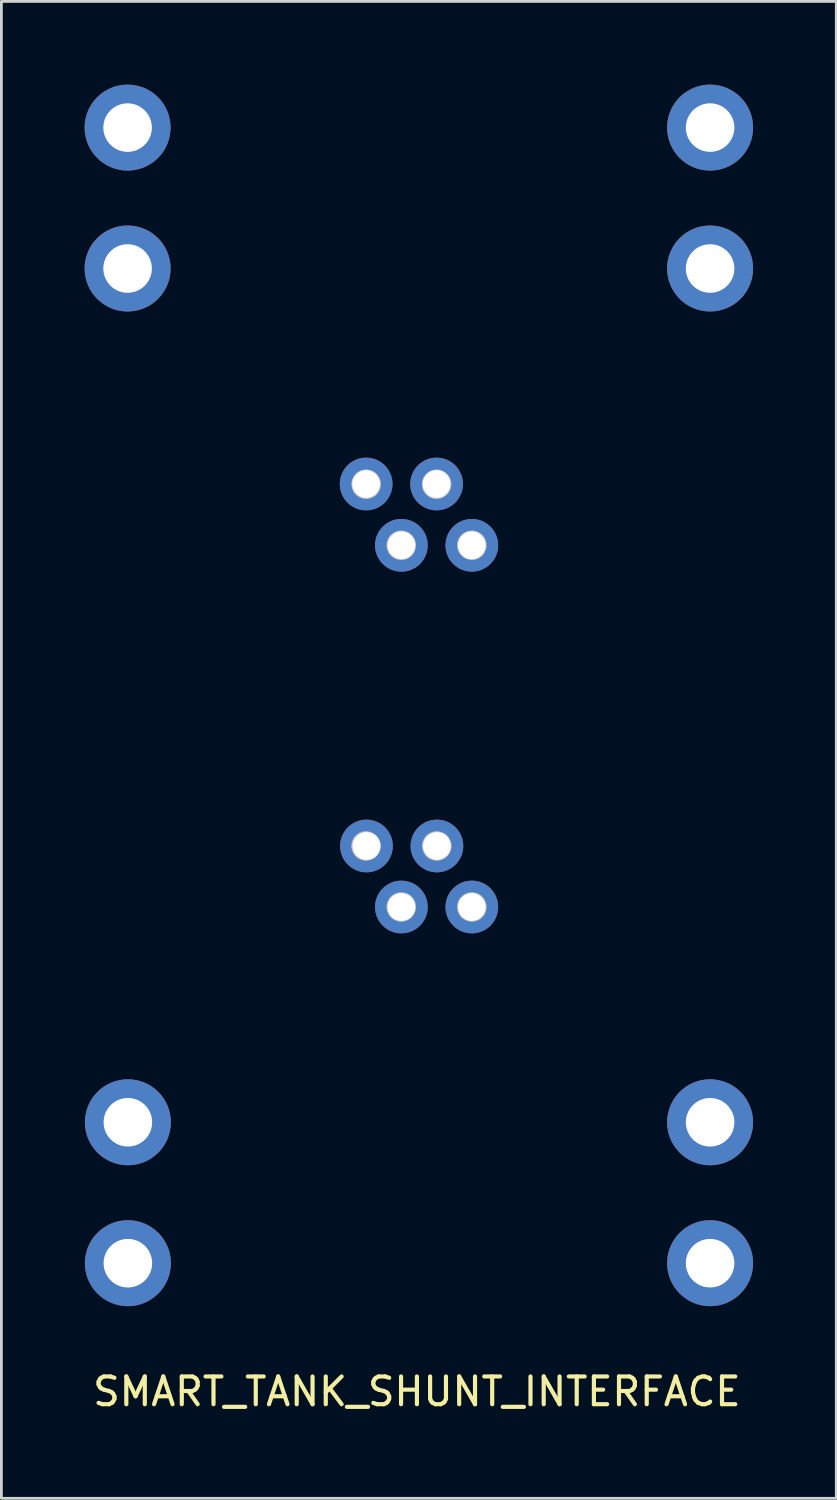
<source format=kicad_pcb>
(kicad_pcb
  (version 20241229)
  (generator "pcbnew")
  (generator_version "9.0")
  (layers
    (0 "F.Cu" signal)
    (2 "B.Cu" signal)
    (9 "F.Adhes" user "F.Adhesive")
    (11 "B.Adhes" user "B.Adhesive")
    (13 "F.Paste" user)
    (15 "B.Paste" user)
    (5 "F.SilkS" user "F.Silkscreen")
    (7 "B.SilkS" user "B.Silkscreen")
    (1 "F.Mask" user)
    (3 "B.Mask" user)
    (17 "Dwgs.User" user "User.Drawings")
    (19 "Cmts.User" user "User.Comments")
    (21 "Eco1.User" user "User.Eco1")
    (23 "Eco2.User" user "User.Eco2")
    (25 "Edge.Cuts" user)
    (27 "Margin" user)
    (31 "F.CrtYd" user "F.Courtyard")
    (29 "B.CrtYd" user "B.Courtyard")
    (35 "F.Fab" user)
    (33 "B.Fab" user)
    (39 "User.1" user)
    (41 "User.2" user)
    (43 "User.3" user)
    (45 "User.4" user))
  (footprint "SMART_TANK_SHUNT_INTERFACE"
    (layer "F.Cu")
    (at 11.98 46.619)
    (property "Reference" "SMART_TANK_SHUNT_INTERFACE" (at 0 0.5 0) (layer "F.SilkS") (effects (font (size 1 1) (thickness 0.15))))
    (attr through_hole)
    (fp_line (start -11.226 -45.143) (end -11.195 -45.298) (stroke (width 0.065) (type solid)) (layer "Dwgs.User"))
    (fp_line (start -11.226 -44.986) (end -11.226 -45.143) (stroke (width 0.065) (type solid)) (layer "Dwgs.User"))
    (fp_line (start -11.226 -40.06) (end -11.195 -40.215) (stroke (width 0.065) (type solid)) (layer "Dwgs.User"))
    (fp_line (start -11.226 -39.903) (end -11.226 -40.06) (stroke (width 0.065) (type solid)) (layer "Dwgs.User"))
    (fp_line (start -11.226 -4.2) (end -11.195 -4.355) (stroke (width 0.065) (type solid)) (layer "Dwgs.User"))
    (fp_line (start -11.226 -4.043) (end -11.226 -4.2) (stroke (width 0.065) (type solid)) (layer "Dwgs.User"))
    (fp_line (start -11.218 -9.28) (end -11.187 -9.435) (stroke (width 0.065) (type solid)) (layer "Dwgs.User"))
    (fp_line (start -11.218 -9.123) (end -11.218 -9.28) (stroke (width 0.065) (type solid)) (layer "Dwgs.User"))
    (fp_line (start -11.195 -45.298) (end -11.135 -45.443) (stroke (width 0.065) (type solid)) (layer "Dwgs.User"))
    (fp_line (start -11.195 -44.831) (end -11.226 -44.986) (stroke (width 0.065) (type solid)) (layer "Dwgs.User"))
    (fp_line (start -11.195 -40.215) (end -11.135 -40.36) (stroke (width 0.065) (type solid)) (layer "Dwgs.User"))
    (fp_line (start -11.195 -39.748) (end -11.226 -39.903) (stroke (width 0.065) (type solid)) (layer "Dwgs.User"))
    (fp_line (start -11.195 -4.355) (end -11.135 -4.5) (stroke (width 0.065) (type solid)) (layer "Dwgs.User"))
    (fp_line (start -11.195 -3.888) (end -11.226 -4.043) (stroke (width 0.065) (type solid)) (layer "Dwgs.User"))
    (fp_line (start -11.187 -9.435) (end -11.127 -9.58) (stroke (width 0.065) (type solid)) (layer "Dwgs.User"))
    (fp_line (start -11.187 -8.968) (end -11.218 -9.123) (stroke (width 0.065) (type solid)) (layer "Dwgs.User"))
    (fp_line (start -11.135 -45.443) (end -11.048 -45.574) (stroke (width 0.065) (type solid)) (layer "Dwgs.User"))
    (fp_line (start -11.135 -44.686) (end -11.195 -44.831) (stroke (width 0.065) (type solid)) (layer "Dwgs.User"))
    (fp_line (start -11.135 -40.36) (end -11.048 -40.491) (stroke (width 0.065) (type solid)) (layer "Dwgs.User"))
    (fp_line (start -11.135 -39.603) (end -11.195 -39.748) (stroke (width 0.065) (type solid)) (layer "Dwgs.User"))
    (fp_line (start -11.135 -4.5) (end -11.048 -4.631) (stroke (width 0.065) (type solid)) (layer "Dwgs.User"))
    (fp_line (start -11.135 -3.743) (end -11.195 -3.888) (stroke (width 0.065) (type solid)) (layer "Dwgs.User"))
    (fp_line (start -11.127 -9.58) (end -11.04 -9.711) (stroke (width 0.065) (type solid)) (layer "Dwgs.User"))
    (fp_line (start -11.127 -8.823) (end -11.187 -8.968) (stroke (width 0.065) (type solid)) (layer "Dwgs.User"))
    (fp_line (start -11.057 -45.127) (end -11.057 -45.002) (stroke (width 0.065) (type solid)) (layer "Dwgs.User"))
    (fp_line (start -11.057 -45.002) (end -11.033 -44.881) (stroke (width 0.065) (type solid)) (layer "Dwgs.User"))
    (fp_line (start -11.057 -40.044) (end -11.057 -39.919) (stroke (width 0.065) (type solid)) (layer "Dwgs.User"))
    (fp_line (start -11.057 -39.919) (end -11.033 -39.798) (stroke (width 0.065) (type solid)) (layer "Dwgs.User"))
    (fp_line (start -11.057 -4.184) (end -11.057 -4.059) (stroke (width 0.065) (type solid)) (layer "Dwgs.User"))
    (fp_line (start -11.057 -4.059) (end -11.033 -3.938) (stroke (width 0.065) (type solid)) (layer "Dwgs.User"))
    (fp_line (start -11.049 -9.264) (end -11.049 -9.139) (stroke (width 0.065) (type solid)) (layer "Dwgs.User"))
    (fp_line (start -11.049 -9.139) (end -11.025 -9.018) (stroke (width 0.065) (type solid)) (layer "Dwgs.User"))
    (fp_line (start -11.048 -45.574) (end -10.936 -45.685) (stroke (width 0.065) (type solid)) (layer "Dwgs.User"))
    (fp_line (start -11.048 -44.555) (end -11.135 -44.686) (stroke (width 0.065) (type solid)) (layer "Dwgs.User"))
    (fp_line (start -11.048 -40.491) (end -10.936 -40.602) (stroke (width 0.065) (type solid)) (layer "Dwgs.User"))
    (fp_line (start -11.048 -39.472) (end -11.135 -39.603) (stroke (width 0.065) (type solid)) (layer "Dwgs.User"))
    (fp_line (start -11.048 -4.631) (end -10.936 -4.742) (stroke (width 0.065) (type solid)) (layer "Dwgs.User"))
    (fp_line (start -11.048 -3.612) (end -11.135 -3.743) (stroke (width 0.065) (type solid)) (layer "Dwgs.User"))
    (fp_line (start -11.04 -9.711) (end -10.928 -9.822) (stroke (width 0.065) (type solid)) (layer "Dwgs.User"))
    (fp_line (start -11.04 -8.692) (end -11.127 -8.823) (stroke (width 0.065) (type solid)) (layer "Dwgs.User"))
    (fp_line (start -11.033 -45.248) (end -11.057 -45.127) (stroke (width 0.065) (type solid)) (layer "Dwgs.User"))
    (fp_line (start -11.033 -44.881) (end -10.985 -44.766) (stroke (width 0.065) (type solid)) (layer "Dwgs.User"))
    (fp_line (start -11.033 -40.165) (end -11.057 -40.044) (stroke (width 0.065) (type solid)) (layer "Dwgs.User"))
    (fp_line (start -11.033 -39.798) (end -10.985 -39.683) (stroke (width 0.065) (type solid)) (layer "Dwgs.User"))
    (fp_line (start -11.033 -4.305) (end -11.057 -4.184) (stroke (width 0.065) (type solid)) (layer "Dwgs.User"))
    (fp_line (start -11.033 -3.938) (end -10.985 -3.823) (stroke (width 0.065) (type solid)) (layer "Dwgs.User"))
    (fp_line (start -11.025 -9.385) (end -11.049 -9.264) (stroke (width 0.065) (type solid)) (layer "Dwgs.User"))
    (fp_line (start -11.025 -9.018) (end -10.977 -8.903) (stroke (width 0.065) (type solid)) (layer "Dwgs.User"))
    (fp_line (start -10.985 -45.363) (end -11.033 -45.248) (stroke (width 0.065) (type solid)) (layer "Dwgs.User"))
    (fp_line (start -10.985 -44.766) (end -10.916 -44.663) (stroke (width 0.065) (type solid)) (layer "Dwgs.User"))
    (fp_line (start -10.985 -40.28) (end -11.033 -40.165) (stroke (width 0.065) (type solid)) (layer "Dwgs.User"))
    (fp_line (start -10.985 -39.683) (end -10.916 -39.58) (stroke (width 0.065) (type solid)) (layer "Dwgs.User"))
    (fp_line (start -10.985 -4.42) (end -11.033 -4.305) (stroke (width 0.065) (type solid)) (layer "Dwgs.User"))
    (fp_line (start -10.985 -3.823) (end -10.916 -3.72) (stroke (width 0.065) (type solid)) (layer "Dwgs.User"))
    (fp_line (start -10.977 -9.5) (end -11.025 -9.385) (stroke (width 0.065) (type solid)) (layer "Dwgs.User"))
    (fp_line (start -10.977 -8.903) (end -10.908 -8.8) (stroke (width 0.065) (type solid)) (layer "Dwgs.User"))
    (fp_line (start -10.936 -45.685) (end -10.806 -45.773) (stroke (width 0.065) (type solid)) (layer "Dwgs.User"))
    (fp_line (start -10.936 -44.444) (end -11.048 -44.555) (stroke (width 0.065) (type solid)) (layer "Dwgs.User"))
    (fp_line (start -10.936 -40.602) (end -10.806 -40.69) (stroke (width 0.065) (type solid)) (layer "Dwgs.User"))
    (fp_line (start -10.936 -39.361) (end -11.048 -39.472) (stroke (width 0.065) (type solid)) (layer "Dwgs.User"))
    (fp_line (start -10.936 -4.742) (end -10.806 -4.83) (stroke (width 0.065) (type solid)) (layer "Dwgs.User"))
    (fp_line (start -10.936 -3.501) (end -11.048 -3.612) (stroke (width 0.065) (type solid)) (layer "Dwgs.User"))
    (fp_line (start -10.928 -9.822) (end -10.797 -9.91) (stroke (width 0.065) (type solid)) (layer "Dwgs.User"))
    (fp_line (start -10.928 -8.581) (end -11.04 -8.692) (stroke (width 0.065) (type solid)) (layer "Dwgs.User"))
    (fp_line (start -10.916 -45.466) (end -10.985 -45.363) (stroke (width 0.065) (type solid)) (layer "Dwgs.User"))
    (fp_line (start -10.916 -44.663) (end -10.829 -44.575) (stroke (width 0.065) (type solid)) (layer "Dwgs.User"))
    (fp_line (start -10.916 -40.383) (end -10.985 -40.28) (stroke (width 0.065) (type solid)) (layer "Dwgs.User"))
    (fp_line (start -10.916 -39.58) (end -10.829 -39.492) (stroke (width 0.065) (type solid)) (layer "Dwgs.User"))
    (fp_line (start -10.916 -4.523) (end -10.985 -4.42) (stroke (width 0.065) (type solid)) (layer "Dwgs.User"))
    (fp_line (start -10.916 -3.72) (end -10.829 -3.632) (stroke (width 0.065) (type solid)) (layer "Dwgs.User"))
    (fp_line (start -10.908 -9.603) (end -10.977 -9.5) (stroke (width 0.065) (type solid)) (layer "Dwgs.User"))
    (fp_line (start -10.908 -8.8) (end -10.821 -8.712) (stroke (width 0.065) (type solid)) (layer "Dwgs.User"))
    (fp_line (start -10.829 -45.554) (end -10.916 -45.466) (stroke (width 0.065) (type solid)) (layer "Dwgs.User"))
    (fp_line (start -10.829 -44.575) (end -10.725 -44.506) (stroke (width 0.065) (type solid)) (layer "Dwgs.User"))
    (fp_line (start -10.829 -40.471) (end -10.916 -40.383) (stroke (width 0.065) (type solid)) (layer "Dwgs.User"))
    (fp_line (start -10.829 -39.492) (end -10.725 -39.423) (stroke (width 0.065) (type solid)) (layer "Dwgs.User"))
    (fp_line (start -10.829 -4.611) (end -10.916 -4.523) (stroke (width 0.065) (type solid)) (layer "Dwgs.User"))
    (fp_line (start -10.829 -3.632) (end -10.725 -3.563) (stroke (width 0.065) (type solid)) (layer "Dwgs.User"))
    (fp_line (start -10.821 -9.691) (end -10.908 -9.603) (stroke (width 0.065) (type solid)) (layer "Dwgs.User"))
    (fp_line (start -10.821 -8.712) (end -10.717 -8.643) (stroke (width 0.065) (type solid)) (layer "Dwgs.User"))
    (fp_line (start -10.806 -45.773) (end -10.66 -45.833) (stroke (width 0.065) (type solid)) (layer "Dwgs.User"))
    (fp_line (start -10.806 -44.356) (end -10.936 -44.444) (stroke (width 0.065) (type solid)) (layer "Dwgs.User"))
    (fp_line (start -10.806 -40.69) (end -10.66 -40.75) (stroke (width 0.065) (type solid)) (layer "Dwgs.User"))
    (fp_line (start -10.806 -39.273) (end -10.936 -39.361) (stroke (width 0.065) (type solid)) (layer "Dwgs.User"))
    (fp_line (start -10.806 -4.83) (end -10.66 -4.89) (stroke (width 0.065) (type solid)) (layer "Dwgs.User"))
    (fp_line (start -10.806 -3.413) (end -10.936 -3.501) (stroke (width 0.065) (type solid)) (layer "Dwgs.User"))
    (fp_line (start -10.797 -9.91) (end -10.652 -9.97) (stroke (width 0.065) (type solid)) (layer "Dwgs.User"))
    (fp_line (start -10.797 -8.493) (end -10.928 -8.581) (stroke (width 0.065) (type solid)) (layer "Dwgs.User"))
    (fp_line (start -10.725 -45.623) (end -10.829 -45.554) (stroke (width 0.065) (type solid)) (layer "Dwgs.User"))
    (fp_line (start -10.725 -44.506) (end -10.611 -44.459) (stroke (width 0.065) (type solid)) (layer "Dwgs.User"))
    (fp_line (start -10.725 -40.54) (end -10.829 -40.471) (stroke (width 0.065) (type solid)) (layer "Dwgs.User"))
    (fp_line (start -10.725 -39.423) (end -10.611 -39.376) (stroke (width 0.065) (type solid)) (layer "Dwgs.User"))
    (fp_line (start -10.725 -4.68) (end -10.829 -4.611) (stroke (width 0.065) (type solid)) (layer "Dwgs.User"))
    (fp_line (start -10.725 -3.563) (end -10.611 -3.516) (stroke (width 0.065) (type solid)) (layer "Dwgs.User"))
    (fp_line (start -10.717 -9.76) (end -10.821 -9.691) (stroke (width 0.065) (type solid)) (layer "Dwgs.User"))
    (fp_line (start -10.717 -8.643) (end -10.603 -8.596) (stroke (width 0.065) (type solid)) (layer "Dwgs.User"))
    (fp_line (start -10.66 -45.833) (end -10.506 -45.864) (stroke (width 0.065) (type solid)) (layer "Dwgs.User"))
    (fp_line (start -10.66 -44.296) (end -10.806 -44.356) (stroke (width 0.065) (type solid)) (layer "Dwgs.User"))
    (fp_line (start -10.66 -40.75) (end -10.506 -40.781) (stroke (width 0.065) (type solid)) (layer "Dwgs.User"))
    (fp_line (start -10.66 -39.213) (end -10.806 -39.273) (stroke (width 0.065) (type solid)) (layer "Dwgs.User"))
    (fp_line (start -10.66 -4.89) (end -10.506 -4.921) (stroke (width 0.065) (type solid)) (layer "Dwgs.User"))
    (fp_line (start -10.66 -3.353) (end -10.806 -3.413) (stroke (width 0.065) (type solid)) (layer "Dwgs.User"))
    (fp_line (start -10.652 -9.97) (end -10.498 -10.001) (stroke (width 0.065) (type solid)) (layer "Dwgs.User"))
    (fp_line (start -10.652 -8.433) (end -10.797 -8.493) (stroke (width 0.065) (type solid)) (layer "Dwgs.User"))
    (fp_line (start -10.611 -45.67) (end -10.725 -45.623) (stroke (width 0.065) (type solid)) (layer "Dwgs.User"))
    (fp_line (start -10.611 -44.459) (end -10.489 -44.434) (stroke (width 0.065) (type solid)) (layer "Dwgs.User"))
    (fp_line (start -10.611 -40.587) (end -10.725 -40.54) (stroke (width 0.065) (type solid)) (layer "Dwgs.User"))
    (fp_line (start -10.611 -39.376) (end -10.489 -39.351) (stroke (width 0.065) (type solid)) (layer "Dwgs.User"))
    (fp_line (start -10.611 -4.727) (end -10.725 -4.68) (stroke (width 0.065) (type solid)) (layer "Dwgs.User"))
    (fp_line (start -10.611 -3.516) (end -10.489 -3.491) (stroke (width 0.065) (type solid)) (layer "Dwgs.User"))
    (fp_line (start -10.603 -9.807) (end -10.717 -9.76) (stroke (width 0.065) (type solid)) (layer "Dwgs.User"))
    (fp_line (start -10.603 -8.596) (end -10.481 -8.571) (stroke (width 0.065) (type solid)) (layer "Dwgs.User"))
    (fp_line (start -10.506 -45.864) (end -10.348 -45.864) (stroke (width 0.065) (type solid)) (layer "Dwgs.User"))
    (fp_line (start -10.506 -44.265) (end -10.66 -44.296) (stroke (width 0.065) (type solid)) (layer "Dwgs.User"))
    (fp_line (start -10.506 -40.781) (end -10.348 -40.781) (stroke (width 0.065) (type solid)) (layer "Dwgs.User"))
    (fp_line (start -10.506 -39.182) (end -10.66 -39.213) (stroke (width 0.065) (type solid)) (layer "Dwgs.User"))
    (fp_line (start -10.506 -4.921) (end -10.348 -4.921) (stroke (width 0.065) (type solid)) (layer "Dwgs.User"))
    (fp_line (start -10.506 -3.322) (end -10.66 -3.353) (stroke (width 0.065) (type solid)) (layer "Dwgs.User"))
    (fp_line (start -10.498 -10.001) (end -10.34 -10.001) (stroke (width 0.065) (type solid)) (layer "Dwgs.User"))
    (fp_line (start -10.498 -8.402) (end -10.652 -8.433) (stroke (width 0.065) (type solid)) (layer "Dwgs.User"))
    (fp_line (start -10.489 -45.694) (end -10.611 -45.67) (stroke (width 0.065) (type solid)) (layer "Dwgs.User"))
    (fp_line (start -10.489 -44.434) (end -10.365 -44.434) (stroke (width 0.065) (type solid)) (layer "Dwgs.User"))
    (fp_line (start -10.489 -40.612) (end -10.611 -40.587) (stroke (width 0.065) (type solid)) (layer "Dwgs.User"))
    (fp_line (start -10.489 -39.351) (end -10.365 -39.351) (stroke (width 0.065) (type solid)) (layer "Dwgs.User"))
    (fp_line (start -10.489 -4.751) (end -10.611 -4.727) (stroke (width 0.065) (type solid)) (layer "Dwgs.User"))
    (fp_line (start -10.489 -3.491) (end -10.365 -3.491) (stroke (width 0.065) (type solid)) (layer "Dwgs.User"))
    (fp_line (start -10.481 -9.831) (end -10.603 -9.807) (stroke (width 0.065) (type solid)) (layer "Dwgs.User"))
    (fp_line (start -10.481 -8.571) (end -10.357 -8.571) (stroke (width 0.065) (type solid)) (layer "Dwgs.User"))
    (fp_line (start -10.365 -45.694) (end -10.489 -45.694) (stroke (width 0.065) (type solid)) (layer "Dwgs.User"))
    (fp_line (start -10.365 -44.434) (end -10.243 -44.459) (stroke (width 0.065) (type solid)) (layer "Dwgs.User"))
    (fp_line (start -10.365 -40.612) (end -10.489 -40.612) (stroke (width 0.065) (type solid)) (layer "Dwgs.User"))
    (fp_line (start -10.365 -39.351) (end -10.243 -39.376) (stroke (width 0.065) (type solid)) (layer "Dwgs.User"))
    (fp_line (start -10.365 -4.751) (end -10.489 -4.751) (stroke (width 0.065) (type solid)) (layer "Dwgs.User"))
    (fp_line (start -10.365 -3.491) (end -10.243 -3.516) (stroke (width 0.065) (type solid)) (layer "Dwgs.User"))
    (fp_line (start -10.357 -9.831) (end -10.481 -9.831) (stroke (width 0.065) (type solid)) (layer "Dwgs.User"))
    (fp_line (start -10.357 -8.571) (end -10.235 -8.596) (stroke (width 0.065) (type solid)) (layer "Dwgs.User"))
    (fp_line (start -10.348 -45.864) (end -10.194 -45.833) (stroke (width 0.065) (type solid)) (layer "Dwgs.User"))
    (fp_line (start -10.348 -44.265) (end -10.506 -44.265) (stroke (width 0.065) (type solid)) (layer "Dwgs.User"))
    (fp_line (start -10.348 -40.781) (end -10.194 -40.75) (stroke (width 0.065) (type solid)) (layer "Dwgs.User"))
    (fp_line (start -10.348 -39.182) (end -10.506 -39.182) (stroke (width 0.065) (type solid)) (layer "Dwgs.User"))
    (fp_line (start -10.348 -4.921) (end -10.194 -4.89) (stroke (width 0.065) (type solid)) (layer "Dwgs.User"))
    (fp_line (start -10.348 -3.322) (end -10.506 -3.322) (stroke (width 0.065) (type solid)) (layer "Dwgs.User"))
    (fp_line (start -10.34 -10.001) (end -10.186 -9.97) (stroke (width 0.065) (type solid)) (layer "Dwgs.User"))
    (fp_line (start -10.34 -8.402) (end -10.498 -8.402) (stroke (width 0.065) (type solid)) (layer "Dwgs.User"))
    (fp_line (start -10.243 -45.67) (end -10.365 -45.694) (stroke (width 0.065) (type solid)) (layer "Dwgs.User"))
    (fp_line (start -10.243 -44.459) (end -10.129 -44.506) (stroke (width 0.065) (type solid)) (layer "Dwgs.User"))
    (fp_line (start -10.243 -40.587) (end -10.365 -40.612) (stroke (width 0.065) (type solid)) (layer "Dwgs.User"))
    (fp_line (start -10.243 -39.376) (end -10.129 -39.423) (stroke (width 0.065) (type solid)) (layer "Dwgs.User"))
    (fp_line (start -10.243 -4.727) (end -10.365 -4.751) (stroke (width 0.065) (type solid)) (layer "Dwgs.User"))
    (fp_line (start -10.243 -3.516) (end -10.129 -3.563) (stroke (width 0.065) (type solid)) (layer "Dwgs.User"))
    (fp_line (start -10.235 -9.807) (end -10.357 -9.831) (stroke (width 0.065) (type solid)) (layer "Dwgs.User"))
    (fp_line (start -10.235 -8.596) (end -10.121 -8.643) (stroke (width 0.065) (type solid)) (layer "Dwgs.User"))
    (fp_line (start -10.194 -45.833) (end -10.048 -45.773) (stroke (width 0.065) (type solid)) (layer "Dwgs.User"))
    (fp_line (start -10.194 -44.296) (end -10.348 -44.265) (stroke (width 0.065) (type solid)) (layer "Dwgs.User"))
    (fp_line (start -10.194 -40.75) (end -10.048 -40.69) (stroke (width 0.065) (type solid)) (layer "Dwgs.User"))
    (fp_line (start -10.194 -39.213) (end -10.348 -39.182) (stroke (width 0.065) (type solid)) (layer "Dwgs.User"))
    (fp_line (start -10.194 -4.89) (end -10.048 -4.83) (stroke (width 0.065) (type solid)) (layer "Dwgs.User"))
    (fp_line (start -10.194 -3.353) (end -10.348 -3.322) (stroke (width 0.065) (type solid)) (layer "Dwgs.User"))
    (fp_line (start -10.186 -9.97) (end -10.04 -9.91) (stroke (width 0.065) (type solid)) (layer "Dwgs.User"))
    (fp_line (start -10.186 -8.433) (end -10.34 -8.402) (stroke (width 0.065) (type solid)) (layer "Dwgs.User"))
    (fp_line (start -10.129 -45.623) (end -10.243 -45.67) (stroke (width 0.065) (type solid)) (layer "Dwgs.User"))
    (fp_line (start -10.129 -44.506) (end -10.026 -44.575) (stroke (width 0.065) (type solid)) (layer "Dwgs.User"))
    (fp_line (start -10.129 -40.54) (end -10.243 -40.587) (stroke (width 0.065) (type solid)) (layer "Dwgs.User"))
    (fp_line (start -10.129 -39.423) (end -10.026 -39.492) (stroke (width 0.065) (type solid)) (layer "Dwgs.User"))
    (fp_line (start -10.129 -4.68) (end -10.243 -4.727) (stroke (width 0.065) (type solid)) (layer "Dwgs.User"))
    (fp_line (start -10.129 -3.563) (end -10.026 -3.632) (stroke (width 0.065) (type solid)) (layer "Dwgs.User"))
    (fp_line (start -10.121 -9.76) (end -10.235 -9.807) (stroke (width 0.065) (type solid)) (layer "Dwgs.User"))
    (fp_line (start -10.121 -8.643) (end -10.017 -8.712) (stroke (width 0.065) (type solid)) (layer "Dwgs.User"))
    (fp_line (start -10.048 -45.773) (end -9.918 -45.685) (stroke (width 0.065) (type solid)) (layer "Dwgs.User"))
    (fp_line (start -10.048 -44.356) (end -10.194 -44.296) (stroke (width 0.065) (type solid)) (layer "Dwgs.User"))
    (fp_line (start -10.048 -40.69) (end -9.918 -40.602) (stroke (width 0.065) (type solid)) (layer "Dwgs.User"))
    (fp_line (start -10.048 -39.273) (end -10.194 -39.213) (stroke (width 0.065) (type solid)) (layer "Dwgs.User"))
    (fp_line (start -10.048 -4.83) (end -9.918 -4.742) (stroke (width 0.065) (type solid)) (layer "Dwgs.User"))
    (fp_line (start -10.048 -3.413) (end -10.194 -3.353) (stroke (width 0.065) (type solid)) (layer "Dwgs.User"))
    (fp_line (start -10.04 -9.91) (end -9.91 -9.822) (stroke (width 0.065) (type solid)) (layer "Dwgs.User"))
    (fp_line (start -10.04 -8.493) (end -10.186 -8.433) (stroke (width 0.065) (type solid)) (layer "Dwgs.User"))
    (fp_line (start -10.026 -45.554) (end -10.129 -45.623) (stroke (width 0.065) (type solid)) (layer "Dwgs.User"))
    (fp_line (start -10.026 -44.575) (end -9.938 -44.663) (stroke (width 0.065) (type solid)) (layer "Dwgs.User"))
    (fp_line (start -10.026 -40.471) (end -10.129 -40.54) (stroke (width 0.065) (type solid)) (layer "Dwgs.User"))
    (fp_line (start -10.026 -39.492) (end -9.938 -39.58) (stroke (width 0.065) (type solid)) (layer "Dwgs.User"))
    (fp_line (start -10.026 -4.611) (end -10.129 -4.68) (stroke (width 0.065) (type solid)) (layer "Dwgs.User"))
    (fp_line (start -10.026 -3.632) (end -9.938 -3.72) (stroke (width 0.065) (type solid)) (layer "Dwgs.User"))
    (fp_line (start -10.017 -9.691) (end -10.121 -9.76) (stroke (width 0.065) (type solid)) (layer "Dwgs.User"))
    (fp_line (start -10.017 -8.712) (end -9.93 -8.8) (stroke (width 0.065) (type solid)) (layer "Dwgs.User"))
    (fp_line (start -9.938 -45.466) (end -10.026 -45.554) (stroke (width 0.065) (type solid)) (layer "Dwgs.User"))
    (fp_line (start -9.938 -44.663) (end -9.869 -44.766) (stroke (width 0.065) (type solid)) (layer "Dwgs.User"))
    (fp_line (start -9.938 -40.383) (end -10.026 -40.471) (stroke (width 0.065) (type solid)) (layer "Dwgs.User"))
    (fp_line (start -9.938 -39.58) (end -9.869 -39.683) (stroke (width 0.065) (type solid)) (layer "Dwgs.User"))
    (fp_line (start -9.938 -4.523) (end -10.026 -4.611) (stroke (width 0.065) (type solid)) (layer "Dwgs.User"))
    (fp_line (start -9.938 -3.72) (end -9.869 -3.823) (stroke (width 0.065) (type solid)) (layer "Dwgs.User"))
    (fp_line (start -9.93 -9.603) (end -10.017 -9.691) (stroke (width 0.065) (type solid)) (layer "Dwgs.User"))
    (fp_line (start -9.93 -8.8) (end -9.861 -8.903) (stroke (width 0.065) (type solid)) (layer "Dwgs.User"))
    (fp_line (start -9.918 -45.685) (end -9.806 -45.574) (stroke (width 0.065) (type solid)) (layer "Dwgs.User"))
    (fp_line (start -9.918 -44.444) (end -10.048 -44.356) (stroke (width 0.065) (type solid)) (layer "Dwgs.User"))
    (fp_line (start -9.918 -40.602) (end -9.806 -40.491) (stroke (width 0.065) (type solid)) (layer "Dwgs.User"))
    (fp_line (start -9.918 -39.361) (end -10.048 -39.273) (stroke (width 0.065) (type solid)) (layer "Dwgs.User"))
    (fp_line (start -9.918 -4.742) (end -9.806 -4.631) (stroke (width 0.065) (type solid)) (layer "Dwgs.User"))
    (fp_line (start -9.918 -3.501) (end -10.048 -3.413) (stroke (width 0.065) (type solid)) (layer "Dwgs.User"))
    (fp_line (start -9.91 -9.822) (end -9.798 -9.711) (stroke (width 0.065) (type solid)) (layer "Dwgs.User"))
    (fp_line (start -9.91 -8.581) (end -10.04 -8.493) (stroke (width 0.065) (type solid)) (layer "Dwgs.User"))
    (fp_line (start -9.869 -45.363) (end -9.938 -45.466) (stroke (width 0.065) (type solid)) (layer "Dwgs.User"))
    (fp_line (start -9.869 -44.766) (end -9.821 -44.881) (stroke (width 0.065) (type solid)) (layer "Dwgs.User"))
    (fp_line (start -9.869 -40.28) (end -9.938 -40.383) (stroke (width 0.065) (type solid)) (layer "Dwgs.User"))
    (fp_line (start -9.869 -39.683) (end -9.821 -39.798) (stroke (width 0.065) (type solid)) (layer "Dwgs.User"))
    (fp_line (start -9.869 -4.42) (end -9.938 -4.523) (stroke (width 0.065) (type solid)) (layer "Dwgs.User"))
    (fp_line (start -9.869 -3.823) (end -9.821 -3.938) (stroke (width 0.065) (type solid)) (layer "Dwgs.User"))
    (fp_line (start -9.861 -9.5) (end -9.93 -9.603) (stroke (width 0.065) (type solid)) (layer "Dwgs.User"))
    (fp_line (start -9.861 -8.903) (end -9.813 -9.018) (stroke (width 0.065) (type solid)) (layer "Dwgs.User"))
    (fp_line (start -9.821 -45.248) (end -9.869 -45.363) (stroke (width 0.065) (type solid)) (layer "Dwgs.User"))
    (fp_line (start -9.821 -44.881) (end -9.797 -45.002) (stroke (width 0.065) (type solid)) (layer "Dwgs.User"))
    (fp_line (start -9.821 -40.165) (end -9.869 -40.28) (stroke (width 0.065) (type solid)) (layer "Dwgs.User"))
    (fp_line (start -9.821 -39.798) (end -9.797 -39.919) (stroke (width 0.065) (type solid)) (layer "Dwgs.User"))
    (fp_line (start -9.821 -4.305) (end -9.869 -4.42) (stroke (width 0.065) (type solid)) (layer "Dwgs.User"))
    (fp_line (start -9.821 -3.938) (end -9.797 -4.059) (stroke (width 0.065) (type solid)) (layer "Dwgs.User"))
    (fp_line (start -9.813 -9.385) (end -9.861 -9.5) (stroke (width 0.065) (type solid)) (layer "Dwgs.User"))
    (fp_line (start -9.813 -9.018) (end -9.789 -9.139) (stroke (width 0.065) (type solid)) (layer "Dwgs.User"))
    (fp_line (start -9.806 -45.574) (end -9.719 -45.443) (stroke (width 0.065) (type solid)) (layer "Dwgs.User"))
    (fp_line (start -9.806 -44.555) (end -9.918 -44.444) (stroke (width 0.065) (type solid)) (layer "Dwgs.User"))
    (fp_line (start -9.806 -40.491) (end -9.719 -40.36) (stroke (width 0.065) (type solid)) (layer "Dwgs.User"))
    (fp_line (start -9.806 -39.472) (end -9.918 -39.361) (stroke (width 0.065) (type solid)) (layer "Dwgs.User"))
    (fp_line (start -9.806 -4.631) (end -9.719 -4.5) (stroke (width 0.065) (type solid)) (layer "Dwgs.User"))
    (fp_line (start -9.806 -3.612) (end -9.918 -3.501) (stroke (width 0.065) (type solid)) (layer "Dwgs.User"))
    (fp_line (start -9.798 -9.711) (end -9.711 -9.58) (stroke (width 0.065) (type solid)) (layer "Dwgs.User"))
    (fp_line (start -9.798 -8.692) (end -9.91 -8.581) (stroke (width 0.065) (type solid)) (layer "Dwgs.User"))
    (fp_line (start -9.797 -45.127) (end -9.821 -45.248) (stroke (width 0.065) (type solid)) (layer "Dwgs.User"))
    (fp_line (start -9.797 -45.002) (end -9.797 -45.127) (stroke (width 0.065) (type solid)) (layer "Dwgs.User"))
    (fp_line (start -9.797 -40.044) (end -9.821 -40.165) (stroke (width 0.065) (type solid)) (layer "Dwgs.User"))
    (fp_line (start -9.797 -39.919) (end -9.797 -40.044) (stroke (width 0.065) (type solid)) (layer "Dwgs.User"))
    (fp_line (start -9.797 -4.184) (end -9.821 -4.305) (stroke (width 0.065) (type solid)) (layer "Dwgs.User"))
    (fp_line (start -9.797 -4.059) (end -9.797 -4.184) (stroke (width 0.065) (type solid)) (layer "Dwgs.User"))
    (fp_line (start -9.789 -9.264) (end -9.813 -9.385) (stroke (width 0.065) (type solid)) (layer "Dwgs.User"))
    (fp_line (start -9.789 -9.139) (end -9.789 -9.264) (stroke (width 0.065) (type solid)) (layer "Dwgs.User"))
    (fp_line (start -9.719 -45.443) (end -9.658 -45.298) (stroke (width 0.065) (type solid)) (layer "Dwgs.User"))
    (fp_line (start -9.719 -44.686) (end -9.806 -44.555) (stroke (width 0.065) (type solid)) (layer "Dwgs.User"))
    (fp_line (start -9.719 -40.36) (end -9.658 -40.215) (stroke (width 0.065) (type solid)) (layer "Dwgs.User"))
    (fp_line (start -9.719 -39.603) (end -9.806 -39.472) (stroke (width 0.065) (type solid)) (layer "Dwgs.User"))
    (fp_line (start -9.719 -4.5) (end -9.658 -4.355) (stroke (width 0.065) (type solid)) (layer "Dwgs.User"))
    (fp_line (start -9.719 -3.743) (end -9.806 -3.612) (stroke (width 0.065) (type solid)) (layer "Dwgs.User"))
    (fp_line (start -9.711 -9.58) (end -9.651 -9.435) (stroke (width 0.065) (type solid)) (layer "Dwgs.User"))
    (fp_line (start -9.711 -8.823) (end -9.798 -8.692) (stroke (width 0.065) (type solid)) (layer "Dwgs.User"))
    (fp_line (start -9.658 -45.298) (end -9.628 -45.143) (stroke (width 0.065) (type solid)) (layer "Dwgs.User"))
    (fp_line (start -9.658 -44.831) (end -9.719 -44.686) (stroke (width 0.065) (type solid)) (layer "Dwgs.User"))
    (fp_line (start -9.658 -40.215) (end -9.628 -40.06) (stroke (width 0.065) (type solid)) (layer "Dwgs.User"))
    (fp_line (start -9.658 -39.748) (end -9.719 -39.603) (stroke (width 0.065) (type solid)) (layer "Dwgs.User"))
    (fp_line (start -9.658 -4.355) (end -9.628 -4.2) (stroke (width 0.065) (type solid)) (layer "Dwgs.User"))
    (fp_line (start -9.658 -3.888) (end -9.719 -3.743) (stroke (width 0.065) (type solid)) (layer "Dwgs.User"))
    (fp_line (start -9.651 -9.435) (end -9.62 -9.28) (stroke (width 0.065) (type solid)) (layer "Dwgs.User"))
    (fp_line (start -9.651 -8.968) (end -9.711 -8.823) (stroke (width 0.065) (type solid)) (layer "Dwgs.User"))
    (fp_line (start -9.628 -45.143) (end -9.628 -44.986) (stroke (width 0.065) (type solid)) (layer "Dwgs.User"))
    (fp_line (start -9.628 -44.986) (end -9.658 -44.831) (stroke (width 0.065) (type solid)) (layer "Dwgs.User"))
    (fp_line (start -9.628 -40.06) (end -9.628 -39.903) (stroke (width 0.065) (type solid)) (layer "Dwgs.User"))
    (fp_line (start -9.628 -39.903) (end -9.658 -39.748) (stroke (width 0.065) (type solid)) (layer "Dwgs.User"))
    (fp_line (start -9.628 -4.2) (end -9.628 -4.043) (stroke (width 0.065) (type solid)) (layer "Dwgs.User"))
    (fp_line (start -9.628 -4.043) (end -9.658 -3.888) (stroke (width 0.065) (type solid)) (layer "Dwgs.User"))
    (fp_line (start -9.62 -9.28) (end -9.62 -9.123) (stroke (width 0.065) (type solid)) (layer "Dwgs.User"))
    (fp_line (start -9.62 -9.123) (end -9.651 -8.968) (stroke (width 0.065) (type solid)) (layer "Dwgs.User"))
    (fp_line (start -2.33 -19.22) (end -2.311 -19.316) (stroke (width 0.065) (type solid)) (layer "Dwgs.User"))
    (fp_line (start -2.33 -19.123) (end -2.33 -19.22) (stroke (width 0.065) (type solid)) (layer "Dwgs.User"))
    (fp_line (start -2.326 -32.26) (end -2.307 -32.356) (stroke (width 0.065) (type solid)) (layer "Dwgs.User"))
    (fp_line (start -2.326 -32.163) (end -2.326 -32.26) (stroke (width 0.065) (type solid)) (layer "Dwgs.User"))
    (fp_line (start -2.311 -19.316) (end -2.273 -19.406) (stroke (width 0.065) (type solid)) (layer "Dwgs.User"))
    (fp_line (start -2.311 -19.027) (end -2.33 -19.123) (stroke (width 0.065) (type solid)) (layer "Dwgs.User"))
    (fp_line (start -2.307 -32.356) (end -2.269 -32.446) (stroke (width 0.065) (type solid)) (layer "Dwgs.User"))
    (fp_line (start -2.307 -32.067) (end -2.326 -32.163) (stroke (width 0.065) (type solid)) (layer "Dwgs.User"))
    (fp_line (start -2.273 -19.406) (end -2.219 -19.487) (stroke (width 0.065) (type solid)) (layer "Dwgs.User"))
    (fp_line (start -2.273 -18.937) (end -2.311 -19.027) (stroke (width 0.065) (type solid)) (layer "Dwgs.User"))
    (fp_line (start -2.269 -32.446) (end -2.215 -32.527) (stroke (width 0.065) (type solid)) (layer "Dwgs.User"))
    (fp_line (start -2.269 -31.977) (end -2.307 -32.067) (stroke (width 0.065) (type solid)) (layer "Dwgs.User"))
    (fp_line (start -2.219 -19.487) (end -2.15 -19.556) (stroke (width 0.065) (type solid)) (layer "Dwgs.User"))
    (fp_line (start -2.219 -18.855) (end -2.273 -18.937) (stroke (width 0.065) (type solid)) (layer "Dwgs.User"))
    (fp_line (start -2.215 -32.527) (end -2.146 -32.597) (stroke (width 0.065) (type solid)) (layer "Dwgs.User"))
    (fp_line (start -2.215 -31.896) (end -2.269 -31.977) (stroke (width 0.065) (type solid)) (layer "Dwgs.User"))
    (fp_line (start -2.16 -19.204) (end -2.16 -19.139) (stroke (width 0.065) (type solid)) (layer "Dwgs.User"))
    (fp_line (start -2.16 -19.139) (end -2.148 -19.076) (stroke (width 0.065) (type solid)) (layer "Dwgs.User"))
    (fp_line (start -2.157 -32.244) (end -2.157 -32.179) (stroke (width 0.065) (type solid)) (layer "Dwgs.User"))
    (fp_line (start -2.157 -32.179) (end -2.144 -32.116) (stroke (width 0.065) (type solid)) (layer "Dwgs.User"))
    (fp_line (start -2.15 -19.556) (end -2.069 -19.611) (stroke (width 0.065) (type solid)) (layer "Dwgs.User"))
    (fp_line (start -2.15 -18.786) (end -2.219 -18.855) (stroke (width 0.065) (type solid)) (layer "Dwgs.User"))
    (fp_line (start -2.148 -19.267) (end -2.16 -19.204) (stroke (width 0.065) (type solid)) (layer "Dwgs.User"))
    (fp_line (start -2.148 -19.076) (end -2.123 -19.017) (stroke (width 0.065) (type solid)) (layer "Dwgs.User"))
    (fp_line (start -2.146 -32.597) (end -2.065 -32.651) (stroke (width 0.065) (type solid)) (layer "Dwgs.User"))
    (fp_line (start -2.146 -31.826) (end -2.215 -31.896) (stroke (width 0.065) (type solid)) (layer "Dwgs.User"))
    (fp_line (start -2.144 -32.307) (end -2.157 -32.244) (stroke (width 0.065) (type solid)) (layer "Dwgs.User"))
    (fp_line (start -2.144 -32.116) (end -2.12 -32.057) (stroke (width 0.065) (type solid)) (layer "Dwgs.User"))
    (fp_line (start -2.123 -19.326) (end -2.148 -19.267) (stroke (width 0.065) (type solid)) (layer "Dwgs.User"))
    (fp_line (start -2.123 -19.017) (end -2.088 -18.963) (stroke (width 0.065) (type solid)) (layer "Dwgs.User"))
    (fp_line (start -2.12 -32.366) (end -2.144 -32.307) (stroke (width 0.065) (type solid)) (layer "Dwgs.User"))
    (fp_line (start -2.12 -32.057) (end -2.084 -32.003) (stroke (width 0.065) (type solid)) (layer "Dwgs.User"))
    (fp_line (start -2.088 -19.38) (end -2.123 -19.326) (stroke (width 0.065) (type solid)) (layer "Dwgs.User"))
    (fp_line (start -2.088 -18.963) (end -2.042 -18.918) (stroke (width 0.065) (type solid)) (layer "Dwgs.User"))
    (fp_line (start -2.084 -32.42) (end -2.12 -32.366) (stroke (width 0.065) (type solid)) (layer "Dwgs.User"))
    (fp_line (start -2.084 -32.003) (end -2.038 -31.958) (stroke (width 0.065) (type solid)) (layer "Dwgs.User"))
    (fp_line (start -2.069 -19.611) (end -1.979 -19.648) (stroke (width 0.065) (type solid)) (layer "Dwgs.User"))
    (fp_line (start -2.069 -18.732) (end -2.15 -18.786) (stroke (width 0.065) (type solid)) (layer "Dwgs.User"))
    (fp_line (start -2.065 -32.651) (end -1.975 -32.688) (stroke (width 0.065) (type solid)) (layer "Dwgs.User"))
    (fp_line (start -2.065 -31.772) (end -2.146 -31.826) (stroke (width 0.065) (type solid)) (layer "Dwgs.User"))
    (fp_line (start -2.042 -19.425) (end -2.088 -19.38) (stroke (width 0.065) (type solid)) (layer "Dwgs.User"))
    (fp_line (start -2.042 -18.918) (end -1.988 -18.882) (stroke (width 0.065) (type solid)) (layer "Dwgs.User"))
    (fp_line (start -2.038 -32.465) (end -2.084 -32.42) (stroke (width 0.065) (type solid)) (layer "Dwgs.User"))
    (fp_line (start -2.038 -31.958) (end -1.985 -31.922) (stroke (width 0.065) (type solid)) (layer "Dwgs.User"))
    (fp_line (start -1.988 -19.461) (end -2.042 -19.425) (stroke (width 0.065) (type solid)) (layer "Dwgs.User"))
    (fp_line (start -1.988 -18.882) (end -1.929 -18.857) (stroke (width 0.065) (type solid)) (layer "Dwgs.User"))
    (fp_line (start -1.985 -32.501) (end -2.038 -32.465) (stroke (width 0.065) (type solid)) (layer "Dwgs.User"))
    (fp_line (start -1.985 -31.922) (end -1.925 -31.898) (stroke (width 0.065) (type solid)) (layer "Dwgs.User"))
    (fp_line (start -1.979 -19.648) (end -1.883 -19.667) (stroke (width 0.065) (type solid)) (layer "Dwgs.User"))
    (fp_line (start -1.979 -18.695) (end -2.069 -18.732) (stroke (width 0.065) (type solid)) (layer "Dwgs.User"))
    (fp_line (start -1.975 -32.688) (end -1.879 -32.707) (stroke (width 0.065) (type solid)) (layer "Dwgs.User"))
    (fp_line (start -1.975 -31.735) (end -2.065 -31.772) (stroke (width 0.065) (type solid)) (layer "Dwgs.User"))
    (fp_line (start -1.929 -19.486) (end -1.988 -19.461) (stroke (width 0.065) (type solid)) (layer "Dwgs.User"))
    (fp_line (start -1.929 -18.857) (end -1.866 -18.845) (stroke (width 0.065) (type solid)) (layer "Dwgs.User"))
    (fp_line (start -1.925 -32.525) (end -1.985 -32.501) (stroke (width 0.065) (type solid)) (layer "Dwgs.User"))
    (fp_line (start -1.925 -31.898) (end -1.862 -31.885) (stroke (width 0.065) (type solid)) (layer "Dwgs.User"))
    (fp_line (start -1.883 -19.667) (end -1.785 -19.667) (stroke (width 0.065) (type solid)) (layer "Dwgs.User"))
    (fp_line (start -1.883 -18.676) (end -1.979 -18.695) (stroke (width 0.065) (type solid)) (layer "Dwgs.User"))
    (fp_line (start -1.879 -32.707) (end -1.781 -32.707) (stroke (width 0.065) (type solid)) (layer "Dwgs.User"))
    (fp_line (start -1.879 -31.716) (end -1.975 -31.735) (stroke (width 0.065) (type solid)) (layer "Dwgs.User"))
    (fp_line (start -1.866 -19.498) (end -1.929 -19.486) (stroke (width 0.065) (type solid)) (layer "Dwgs.User"))
    (fp_line (start -1.866 -18.845) (end -1.802 -18.845) (stroke (width 0.065) (type solid)) (layer "Dwgs.User"))
    (fp_line (start -1.862 -32.538) (end -1.925 -32.525) (stroke (width 0.065) (type solid)) (layer "Dwgs.User"))
    (fp_line (start -1.862 -31.885) (end -1.798 -31.885) (stroke (width 0.065) (type solid)) (layer "Dwgs.User"))
    (fp_line (start -1.802 -19.498) (end -1.866 -19.498) (stroke (width 0.065) (type solid)) (layer "Dwgs.User"))
    (fp_line (start -1.802 -18.845) (end -1.739 -18.857) (stroke (width 0.065) (type solid)) (layer "Dwgs.User"))
    (fp_line (start -1.798 -32.538) (end -1.862 -32.538) (stroke (width 0.065) (type solid)) (layer "Dwgs.User"))
    (fp_line (start -1.798 -31.885) (end -1.735 -31.898) (stroke (width 0.065) (type solid)) (layer "Dwgs.User"))
    (fp_line (start -1.785 -19.667) (end -1.689 -19.648) (stroke (width 0.065) (type solid)) (layer "Dwgs.User"))
    (fp_line (start -1.785 -18.676) (end -1.883 -18.676) (stroke (width 0.065) (type solid)) (layer "Dwgs.User"))
    (fp_line (start -1.781 -32.707) (end -1.685 -32.688) (stroke (width 0.065) (type solid)) (layer "Dwgs.User"))
    (fp_line (start -1.781 -31.716) (end -1.879 -31.716) (stroke (width 0.065) (type solid)) (layer "Dwgs.User"))
    (fp_line (start -1.739 -19.486) (end -1.802 -19.498) (stroke (width 0.065) (type solid)) (layer "Dwgs.User"))
    (fp_line (start -1.739 -18.857) (end -1.679 -18.882) (stroke (width 0.065) (type solid)) (layer "Dwgs.User"))
    (fp_line (start -1.735 -32.525) (end -1.798 -32.538) (stroke (width 0.065) (type solid)) (layer "Dwgs.User"))
    (fp_line (start -1.735 -31.898) (end -1.676 -31.922) (stroke (width 0.065) (type solid)) (layer "Dwgs.User"))
    (fp_line (start -1.689 -19.648) (end -1.599 -19.611) (stroke (width 0.065) (type solid)) (layer "Dwgs.User"))
    (fp_line (start -1.689 -18.695) (end -1.785 -18.676) (stroke (width 0.065) (type solid)) (layer "Dwgs.User"))
    (fp_line (start -1.685 -32.688) (end -1.595 -32.651) (stroke (width 0.065) (type solid)) (layer "Dwgs.User"))
    (fp_line (start -1.685 -31.735) (end -1.781 -31.716) (stroke (width 0.065) (type solid)) (layer "Dwgs.User"))
    (fp_line (start -1.679 -19.461) (end -1.739 -19.486) (stroke (width 0.065) (type solid)) (layer "Dwgs.User"))
    (fp_line (start -1.679 -18.882) (end -1.626 -18.918) (stroke (width 0.065) (type solid)) (layer "Dwgs.User"))
    (fp_line (start -1.676 -32.501) (end -1.735 -32.525) (stroke (width 0.065) (type solid)) (layer "Dwgs.User"))
    (fp_line (start -1.676 -31.922) (end -1.622 -31.958) (stroke (width 0.065) (type solid)) (layer "Dwgs.User"))
    (fp_line (start -1.626 -19.425) (end -1.679 -19.461) (stroke (width 0.065) (type solid)) (layer "Dwgs.User"))
    (fp_line (start -1.626 -18.918) (end -1.58 -18.963) (stroke (width 0.065) (type solid)) (layer "Dwgs.User"))
    (fp_line (start -1.622 -32.465) (end -1.676 -32.501) (stroke (width 0.065) (type solid)) (layer "Dwgs.User"))
    (fp_line (start -1.622 -31.958) (end -1.576 -32.003) (stroke (width 0.065) (type solid)) (layer "Dwgs.User"))
    (fp_line (start -1.599 -19.611) (end -1.518 -19.556) (stroke (width 0.065) (type solid)) (layer "Dwgs.User"))
    (fp_line (start -1.599 -18.732) (end -1.689 -18.695) (stroke (width 0.065) (type solid)) (layer "Dwgs.User"))
    (fp_line (start -1.595 -32.651) (end -1.514 -32.597) (stroke (width 0.065) (type solid)) (layer "Dwgs.User"))
    (fp_line (start -1.595 -31.772) (end -1.685 -31.735) (stroke (width 0.065) (type solid)) (layer "Dwgs.User"))
    (fp_line (start -1.58 -19.38) (end -1.626 -19.425) (stroke (width 0.065) (type solid)) (layer "Dwgs.User"))
    (fp_line (start -1.58 -18.963) (end -1.544 -19.017) (stroke (width 0.065) (type solid)) (layer "Dwgs.User"))
    (fp_line (start -1.576 -32.42) (end -1.622 -32.465) (stroke (width 0.065) (type solid)) (layer "Dwgs.User"))
    (fp_line (start -1.576 -32.003) (end -1.541 -32.057) (stroke (width 0.065) (type solid)) (layer "Dwgs.User"))
    (fp_line (start -1.544 -19.326) (end -1.58 -19.38) (stroke (width 0.065) (type solid)) (layer "Dwgs.User"))
    (fp_line (start -1.544 -19.017) (end -1.52 -19.076) (stroke (width 0.065) (type solid)) (layer "Dwgs.User"))
    (fp_line (start -1.541 -32.366) (end -1.576 -32.42) (stroke (width 0.065) (type solid)) (layer "Dwgs.User"))
    (fp_line (start -1.541 -32.057) (end -1.516 -32.116) (stroke (width 0.065) (type solid)) (layer "Dwgs.User"))
    (fp_line (start -1.52 -19.267) (end -1.544 -19.326) (stroke (width 0.065) (type solid)) (layer "Dwgs.User"))
    (fp_line (start -1.52 -19.076) (end -1.507 -19.139) (stroke (width 0.065) (type solid)) (layer "Dwgs.User"))
    (fp_line (start -1.518 -19.556) (end -1.449 -19.487) (stroke (width 0.065) (type solid)) (layer "Dwgs.User"))
    (fp_line (start -1.518 -18.786) (end -1.599 -18.732) (stroke (width 0.065) (type solid)) (layer "Dwgs.User"))
    (fp_line (start -1.516 -32.307) (end -1.541 -32.366) (stroke (width 0.065) (type solid)) (layer "Dwgs.User"))
    (fp_line (start -1.516 -32.116) (end -1.504 -32.179) (stroke (width 0.065) (type solid)) (layer "Dwgs.User"))
    (fp_line (start -1.514 -32.597) (end -1.445 -32.527) (stroke (width 0.065) (type solid)) (layer "Dwgs.User"))
    (fp_line (start -1.514 -31.826) (end -1.595 -31.772) (stroke (width 0.065) (type solid)) (layer "Dwgs.User"))
    (fp_line (start -1.507 -19.204) (end -1.52 -19.267) (stroke (width 0.065) (type solid)) (layer "Dwgs.User"))
    (fp_line (start -1.507 -19.139) (end -1.507 -19.204) (stroke (width 0.065) (type solid)) (layer "Dwgs.User"))
    (fp_line (start -1.504 -32.244) (end -1.516 -32.307) (stroke (width 0.065) (type solid)) (layer "Dwgs.User"))
    (fp_line (start -1.504 -32.179) (end -1.504 -32.244) (stroke (width 0.065) (type solid)) (layer "Dwgs.User"))
    (fp_line (start -1.449 -19.487) (end -1.395 -19.406) (stroke (width 0.065) (type solid)) (layer "Dwgs.User"))
    (fp_line (start -1.449 -18.855) (end -1.518 -18.786) (stroke (width 0.065) (type solid)) (layer "Dwgs.User"))
    (fp_line (start -1.445 -32.527) (end -1.391 -32.446) (stroke (width 0.065) (type solid)) (layer "Dwgs.User"))
    (fp_line (start -1.445 -31.896) (end -1.514 -31.826) (stroke (width 0.065) (type solid)) (layer "Dwgs.User"))
    (fp_line (start -1.395 -19.406) (end -1.357 -19.316) (stroke (width 0.065) (type solid)) (layer "Dwgs.User"))
    (fp_line (start -1.395 -18.937) (end -1.449 -18.855) (stroke (width 0.065) (type solid)) (layer "Dwgs.User"))
    (fp_line (start -1.391 -32.446) (end -1.353 -32.356) (stroke (width 0.065) (type solid)) (layer "Dwgs.User"))
    (fp_line (start -1.391 -31.977) (end -1.445 -31.896) (stroke (width 0.065) (type solid)) (layer "Dwgs.User"))
    (fp_line (start -1.357 -19.316) (end -1.338 -19.22) (stroke (width 0.065) (type solid)) (layer "Dwgs.User"))
    (fp_line (start -1.357 -19.027) (end -1.395 -18.937) (stroke (width 0.065) (type solid)) (layer "Dwgs.User"))
    (fp_line (start -1.353 -32.356) (end -1.334 -32.26) (stroke (width 0.065) (type solid)) (layer "Dwgs.User"))
    (fp_line (start -1.353 -32.067) (end -1.391 -31.977) (stroke (width 0.065) (type solid)) (layer "Dwgs.User"))
    (fp_line (start -1.338 -19.22) (end -1.338 -19.123) (stroke (width 0.065) (type solid)) (layer "Dwgs.User"))
    (fp_line (start -1.338 -19.123) (end -1.357 -19.027) (stroke (width 0.065) (type solid)) (layer "Dwgs.User"))
    (fp_line (start -1.334 -32.26) (end -1.334 -32.163) (stroke (width 0.065) (type solid)) (layer "Dwgs.User"))
    (fp_line (start -1.334 -32.163) (end -1.353 -32.067) (stroke (width 0.065) (type solid)) (layer "Dwgs.User"))
    (fp_line (start -1.06 -30.06) (end -1.041 -30.156) (stroke (width 0.065) (type solid)) (layer "Dwgs.User"))
    (fp_line (start -1.06 -29.963) (end -1.06 -30.06) (stroke (width 0.065) (type solid)) (layer "Dwgs.User"))
    (fp_line (start -1.06 -17.02) (end -1.041 -17.116) (stroke (width 0.065) (type solid)) (layer "Dwgs.User"))
    (fp_line (start -1.06 -16.923) (end -1.06 -17.02) (stroke (width 0.065) (type solid)) (layer "Dwgs.User"))
    (fp_line (start -1.041 -30.156) (end -1.003 -30.246) (stroke (width 0.065) (type solid)) (layer "Dwgs.User"))
    (fp_line (start -1.041 -29.867) (end -1.06 -29.963) (stroke (width 0.065) (type solid)) (layer "Dwgs.User"))
    (fp_line (start -1.041 -17.116) (end -1.003 -17.206) (stroke (width 0.065) (type solid)) (layer "Dwgs.User"))
    (fp_line (start -1.041 -16.827) (end -1.06 -16.923) (stroke (width 0.065) (type solid)) (layer "Dwgs.User"))
    (fp_line (start -1.003 -30.246) (end -0.949 -30.328) (stroke (width 0.065) (type solid)) (layer "Dwgs.User"))
    (fp_line (start -1.003 -29.777) (end -1.041 -29.867) (stroke (width 0.065) (type solid)) (layer "Dwgs.User"))
    (fp_line (start -1.003 -17.206) (end -0.949 -17.287) (stroke (width 0.065) (type solid)) (layer "Dwgs.User"))
    (fp_line (start -1.003 -16.737) (end -1.041 -16.827) (stroke (width 0.065) (type solid)) (layer "Dwgs.User"))
    (fp_line (start -0.949 -30.328) (end -0.88 -30.396) (stroke (width 0.065) (type solid)) (layer "Dwgs.User"))
    (fp_line (start -0.949 -29.695) (end -1.003 -29.777) (stroke (width 0.065) (type solid)) (layer "Dwgs.User"))
    (fp_line (start -0.949 -17.287) (end -0.88 -17.357) (stroke (width 0.065) (type solid)) (layer "Dwgs.User"))
    (fp_line (start -0.949 -16.656) (end -1.003 -16.737) (stroke (width 0.065) (type solid)) (layer "Dwgs.User"))
    (fp_line (start -0.89 -30.044) (end -0.89 -29.979) (stroke (width 0.065) (type solid)) (layer "Dwgs.User"))
    (fp_line (start -0.89 -29.979) (end -0.878 -29.916) (stroke (width 0.065) (type solid)) (layer "Dwgs.User"))
    (fp_line (start -0.89 -17.004) (end -0.89 -16.939) (stroke (width 0.065) (type solid)) (layer "Dwgs.User"))
    (fp_line (start -0.89 -16.939) (end -0.878 -16.876) (stroke (width 0.065) (type solid)) (layer "Dwgs.User"))
    (fp_line (start -0.88 -30.396) (end -0.799 -30.451) (stroke (width 0.065) (type solid)) (layer "Dwgs.User"))
    (fp_line (start -0.88 -29.627) (end -0.949 -29.695) (stroke (width 0.065) (type solid)) (layer "Dwgs.User"))
    (fp_line (start -0.88 -17.357) (end -0.799 -17.411) (stroke (width 0.065) (type solid)) (layer "Dwgs.User"))
    (fp_line (start -0.88 -16.586) (end -0.949 -16.656) (stroke (width 0.065) (type solid)) (layer "Dwgs.User"))
    (fp_line (start -0.878 -30.107) (end -0.89 -30.044) (stroke (width 0.065) (type solid)) (layer "Dwgs.User"))
    (fp_line (start -0.878 -29.916) (end -0.853 -29.857) (stroke (width 0.065) (type solid)) (layer "Dwgs.User"))
    (fp_line (start -0.878 -17.067) (end -0.89 -17.004) (stroke (width 0.065) (type solid)) (layer "Dwgs.User"))
    (fp_line (start -0.878 -16.876) (end -0.853 -16.817) (stroke (width 0.065) (type solid)) (layer "Dwgs.User"))
    (fp_line (start -0.853 -30.166) (end -0.878 -30.107) (stroke (width 0.065) (type solid)) (layer "Dwgs.User"))
    (fp_line (start -0.853 -29.857) (end -0.818 -29.803) (stroke (width 0.065) (type solid)) (layer "Dwgs.User"))
    (fp_line (start -0.853 -17.126) (end -0.878 -17.067) (stroke (width 0.065) (type solid)) (layer "Dwgs.User"))
    (fp_line (start -0.853 -16.817) (end -0.818 -16.763) (stroke (width 0.065) (type solid)) (layer "Dwgs.User"))
    (fp_line (start -0.818 -30.22) (end -0.853 -30.166) (stroke (width 0.065) (type solid)) (layer "Dwgs.User"))
    (fp_line (start -0.818 -29.803) (end -0.772 -29.758) (stroke (width 0.065) (type solid)) (layer "Dwgs.User"))
    (fp_line (start -0.818 -17.18) (end -0.853 -17.126) (stroke (width 0.065) (type solid)) (layer "Dwgs.User"))
    (fp_line (start -0.818 -16.763) (end -0.772 -16.718) (stroke (width 0.065) (type solid)) (layer "Dwgs.User"))
    (fp_line (start -0.799 -30.451) (end -0.709 -30.488) (stroke (width 0.065) (type solid)) (layer "Dwgs.User"))
    (fp_line (start -0.799 -29.572) (end -0.88 -29.627) (stroke (width 0.065) (type solid)) (layer "Dwgs.User"))
    (fp_line (start -0.799 -17.411) (end -0.709 -17.448) (stroke (width 0.065) (type solid)) (layer "Dwgs.User"))
    (fp_line (start -0.799 -16.532) (end -0.88 -16.586) (stroke (width 0.065) (type solid)) (layer "Dwgs.User"))
    (fp_line (start -0.772 -30.265) (end -0.818 -30.22) (stroke (width 0.065) (type solid)) (layer "Dwgs.User"))
    (fp_line (start -0.772 -29.758) (end -0.718 -29.722) (stroke (width 0.065) (type solid)) (layer "Dwgs.User"))
    (fp_line (start -0.772 -17.225) (end -0.818 -17.18) (stroke (width 0.065) (type solid)) (layer "Dwgs.User"))
    (fp_line (start -0.772 -16.718) (end -0.718 -16.682) (stroke (width 0.065) (type solid)) (layer "Dwgs.User"))
    (fp_line (start -0.718 -30.301) (end -0.772 -30.265) (stroke (width 0.065) (type solid)) (layer "Dwgs.User"))
    (fp_line (start -0.718 -29.722) (end -0.659 -29.697) (stroke (width 0.065) (type solid)) (layer "Dwgs.User"))
    (fp_line (start -0.718 -17.261) (end -0.772 -17.225) (stroke (width 0.065) (type solid)) (layer "Dwgs.User"))
    (fp_line (start -0.718 -16.682) (end -0.659 -16.658) (stroke (width 0.065) (type solid)) (layer "Dwgs.User"))
    (fp_line (start -0.709 -30.488) (end -0.613 -30.507) (stroke (width 0.065) (type solid)) (layer "Dwgs.User"))
    (fp_line (start -0.709 -29.535) (end -0.799 -29.572) (stroke (width 0.065) (type solid)) (layer "Dwgs.User"))
    (fp_line (start -0.709 -17.448) (end -0.613 -17.467) (stroke (width 0.065) (type solid)) (layer "Dwgs.User"))
    (fp_line (start -0.709 -16.495) (end -0.799 -16.532) (stroke (width 0.065) (type solid)) (layer "Dwgs.User"))
    (fp_line (start -0.659 -30.326) (end -0.718 -30.301) (stroke (width 0.065) (type solid)) (layer "Dwgs.User"))
    (fp_line (start -0.659 -29.697) (end -0.596 -29.685) (stroke (width 0.065) (type solid)) (layer "Dwgs.User"))
    (fp_line (start -0.659 -17.285) (end -0.718 -17.261) (stroke (width 0.065) (type solid)) (layer "Dwgs.User"))
    (fp_line (start -0.659 -16.658) (end -0.596 -16.645) (stroke (width 0.065) (type solid)) (layer "Dwgs.User"))
    (fp_line (start -0.613 -30.507) (end -0.515 -30.507) (stroke (width 0.065) (type solid)) (layer "Dwgs.User"))
    (fp_line (start -0.613 -29.516) (end -0.709 -29.535) (stroke (width 0.065) (type solid)) (layer "Dwgs.User"))
    (fp_line (start -0.613 -17.467) (end -0.515 -17.467) (stroke (width 0.065) (type solid)) (layer "Dwgs.User"))
    (fp_line (start -0.613 -16.476) (end -0.709 -16.495) (stroke (width 0.065) (type solid)) (layer "Dwgs.User"))
    (fp_line (start -0.596 -30.338) (end -0.659 -30.326) (stroke (width 0.065) (type solid)) (layer "Dwgs.User"))
    (fp_line (start -0.596 -29.685) (end -0.532 -29.685) (stroke (width 0.065) (type solid)) (layer "Dwgs.User"))
    (fp_line (start -0.596 -17.298) (end -0.659 -17.285) (stroke (width 0.065) (type solid)) (layer "Dwgs.User"))
    (fp_line (start -0.596 -16.645) (end -0.532 -16.645) (stroke (width 0.065) (type solid)) (layer "Dwgs.User"))
    (fp_line (start -0.532 -30.338) (end -0.596 -30.338) (stroke (width 0.065) (type solid)) (layer "Dwgs.User"))
    (fp_line (start -0.532 -29.685) (end -0.469 -29.697) (stroke (width 0.065) (type solid)) (layer "Dwgs.User"))
    (fp_line (start -0.532 -17.298) (end -0.596 -17.298) (stroke (width 0.065) (type solid)) (layer "Dwgs.User"))
    (fp_line (start -0.532 -16.645) (end -0.469 -16.658) (stroke (width 0.065) (type solid)) (layer "Dwgs.User"))
    (fp_line (start -0.515 -30.507) (end -0.419 -30.488) (stroke (width 0.065) (type solid)) (layer "Dwgs.User"))
    (fp_line (start -0.515 -29.516) (end -0.613 -29.516) (stroke (width 0.065) (type solid)) (layer "Dwgs.User"))
    (fp_line (start -0.515 -17.467) (end -0.419 -17.448) (stroke (width 0.065) (type solid)) (layer "Dwgs.User"))
    (fp_line (start -0.515 -16.476) (end -0.613 -16.476) (stroke (width 0.065) (type solid)) (layer "Dwgs.User"))
    (fp_line (start -0.469 -30.326) (end -0.532 -30.338) (stroke (width 0.065) (type solid)) (layer "Dwgs.User"))
    (fp_line (start -0.469 -29.697) (end -0.409 -29.722) (stroke (width 0.065) (type solid)) (layer "Dwgs.User"))
    (fp_line (start -0.469 -17.285) (end -0.532 -17.298) (stroke (width 0.065) (type solid)) (layer "Dwgs.User"))
    (fp_line (start -0.469 -16.658) (end -0.409 -16.682) (stroke (width 0.065) (type solid)) (layer "Dwgs.User"))
    (fp_line (start -0.419 -30.488) (end -0.329 -30.451) (stroke (width 0.065) (type solid)) (layer "Dwgs.User"))
    (fp_line (start -0.419 -29.535) (end -0.515 -29.516) (stroke (width 0.065) (type solid)) (layer "Dwgs.User"))
    (fp_line (start -0.419 -17.448) (end -0.329 -17.411) (stroke (width 0.065) (type solid)) (layer "Dwgs.User"))
    (fp_line (start -0.419 -16.495) (end -0.515 -16.476) (stroke (width 0.065) (type solid)) (layer "Dwgs.User"))
    (fp_line (start -0.409 -30.301) (end -0.469 -30.326) (stroke (width 0.065) (type solid)) (layer "Dwgs.User"))
    (fp_line (start -0.409 -29.722) (end -0.356 -29.758) (stroke (width 0.065) (type solid)) (layer "Dwgs.User"))
    (fp_line (start -0.409 -17.261) (end -0.469 -17.285) (stroke (width 0.065) (type solid)) (layer "Dwgs.User"))
    (fp_line (start -0.409 -16.682) (end -0.356 -16.718) (stroke (width 0.065) (type solid)) (layer "Dwgs.User"))
    (fp_line (start -0.356 -30.265) (end -0.409 -30.301) (stroke (width 0.065) (type solid)) (layer "Dwgs.User"))
    (fp_line (start -0.356 -29.758) (end -0.31 -29.803) (stroke (width 0.065) (type solid)) (layer "Dwgs.User"))
    (fp_line (start -0.356 -17.225) (end -0.409 -17.261) (stroke (width 0.065) (type solid)) (layer "Dwgs.User"))
    (fp_line (start -0.356 -16.718) (end -0.31 -16.763) (stroke (width 0.065) (type solid)) (layer "Dwgs.User"))
    (fp_line (start -0.329 -30.451) (end -0.248 -30.396) (stroke (width 0.065) (type solid)) (layer "Dwgs.User"))
    (fp_line (start -0.329 -29.572) (end -0.419 -29.535) (stroke (width 0.065) (type solid)) (layer "Dwgs.User"))
    (fp_line (start -0.329 -17.411) (end -0.248 -17.357) (stroke (width 0.065) (type solid)) (layer "Dwgs.User"))
    (fp_line (start -0.329 -16.532) (end -0.419 -16.495) (stroke (width 0.065) (type solid)) (layer "Dwgs.User"))
    (fp_line (start -0.31 -30.22) (end -0.356 -30.265) (stroke (width 0.065) (type solid)) (layer "Dwgs.User"))
    (fp_line (start -0.31 -29.803) (end -0.274 -29.857) (stroke (width 0.065) (type solid)) (layer "Dwgs.User"))
    (fp_line (start -0.31 -17.18) (end -0.356 -17.225) (stroke (width 0.065) (type solid)) (layer "Dwgs.User"))
    (fp_line (start -0.31 -16.763) (end -0.274 -16.817) (stroke (width 0.065) (type solid)) (layer "Dwgs.User"))
    (fp_line (start -0.274 -30.166) (end -0.31 -30.22) (stroke (width 0.065) (type solid)) (layer "Dwgs.User"))
    (fp_line (start -0.274 -29.857) (end -0.25 -29.916) (stroke (width 0.065) (type solid)) (layer "Dwgs.User"))
    (fp_line (start -0.274 -17.126) (end -0.31 -17.18) (stroke (width 0.065) (type solid)) (layer "Dwgs.User"))
    (fp_line (start -0.274 -16.817) (end -0.25 -16.876) (stroke (width 0.065) (type solid)) (layer "Dwgs.User"))
    (fp_line (start -0.25 -30.107) (end -0.274 -30.166) (stroke (width 0.065) (type solid)) (layer "Dwgs.User"))
    (fp_line (start -0.25 -29.916) (end -0.237 -29.979) (stroke (width 0.065) (type solid)) (layer "Dwgs.User"))
    (fp_line (start -0.25 -17.067) (end -0.274 -17.126) (stroke (width 0.065) (type solid)) (layer "Dwgs.User"))
    (fp_line (start -0.25 -16.876) (end -0.237 -16.939) (stroke (width 0.065) (type solid)) (layer "Dwgs.User"))
    (fp_line (start -0.248 -30.396) (end -0.179 -30.328) (stroke (width 0.065) (type solid)) (layer "Dwgs.User"))
    (fp_line (start -0.248 -29.627) (end -0.329 -29.572) (stroke (width 0.065) (type solid)) (layer "Dwgs.User"))
    (fp_line (start -0.248 -17.357) (end -0.179 -17.287) (stroke (width 0.065) (type solid)) (layer "Dwgs.User"))
    (fp_line (start -0.248 -16.586) (end -0.329 -16.532) (stroke (width 0.065) (type solid)) (layer "Dwgs.User"))
    (fp_line (start -0.237 -30.044) (end -0.25 -30.107) (stroke (width 0.065) (type solid)) (layer "Dwgs.User"))
    (fp_line (start -0.237 -29.979) (end -0.237 -30.044) (stroke (width 0.065) (type solid)) (layer "Dwgs.User"))
    (fp_line (start -0.237 -17.004) (end -0.25 -17.067) (stroke (width 0.065) (type solid)) (layer "Dwgs.User"))
    (fp_line (start -0.237 -16.939) (end -0.237 -17.004) (stroke (width 0.065) (type solid)) (layer "Dwgs.User"))
    (fp_line (start -0.179 -30.328) (end -0.125 -30.246) (stroke (width 0.065) (type solid)) (layer "Dwgs.User"))
    (fp_line (start -0.179 -29.695) (end -0.248 -29.627) (stroke (width 0.065) (type solid)) (layer "Dwgs.User"))
    (fp_line (start -0.179 -17.287) (end -0.125 -17.206) (stroke (width 0.065) (type solid)) (layer "Dwgs.User"))
    (fp_line (start -0.179 -16.656) (end -0.248 -16.586) (stroke (width 0.065) (type solid)) (layer "Dwgs.User"))
    (fp_line (start -0.125 -30.246) (end -0.087 -30.156) (stroke (width 0.065) (type solid)) (layer "Dwgs.User"))
    (fp_line (start -0.125 -29.777) (end -0.179 -29.695) (stroke (width 0.065) (type solid)) (layer "Dwgs.User"))
    (fp_line (start -0.125 -17.206) (end -0.087 -17.116) (stroke (width 0.065) (type solid)) (layer "Dwgs.User"))
    (fp_line (start -0.125 -16.737) (end -0.179 -16.656) (stroke (width 0.065) (type solid)) (layer "Dwgs.User"))
    (fp_line (start -0.087 -30.156) (end -0.068 -30.06) (stroke (width 0.065) (type solid)) (layer "Dwgs.User"))
    (fp_line (start -0.087 -29.867) (end -0.125 -29.777) (stroke (width 0.065) (type solid)) (layer "Dwgs.User"))
    (fp_line (start -0.087 -17.116) (end -0.068 -17.02) (stroke (width 0.065) (type solid)) (layer "Dwgs.User"))
    (fp_line (start -0.087 -16.827) (end -0.125 -16.737) (stroke (width 0.065) (type solid)) (layer "Dwgs.User"))
    (fp_line (start -0.068 -30.06) (end -0.068 -29.963) (stroke (width 0.065) (type solid)) (layer "Dwgs.User"))
    (fp_line (start -0.068 -29.963) (end -0.087 -29.867) (stroke (width 0.065) (type solid)) (layer "Dwgs.User"))
    (fp_line (start -0.068 -17.02) (end -0.068 -16.923) (stroke (width 0.065) (type solid)) (layer "Dwgs.User"))
    (fp_line (start -0.068 -16.923) (end -0.087 -16.827) (stroke (width 0.065) (type solid)) (layer "Dwgs.User"))
    (fp_line (start 0.214 -32.26) (end 0.233 -32.356) (stroke (width 0.065) (type solid)) (layer "Dwgs.User"))
    (fp_line (start 0.214 -32.163) (end 0.214 -32.26) (stroke (width 0.065) (type solid)) (layer "Dwgs.User"))
    (fp_line (start 0.22 -19.22) (end 0.239 -19.316) (stroke (width 0.065) (type solid)) (layer "Dwgs.User"))
    (fp_line (start 0.22 -19.123) (end 0.22 -19.22) (stroke (width 0.065) (type solid)) (layer "Dwgs.User"))
    (fp_line (start 0.233 -32.356) (end 0.271 -32.446) (stroke (width 0.065) (type solid)) (layer "Dwgs.User"))
    (fp_line (start 0.233 -32.067) (end 0.214 -32.163) (stroke (width 0.065) (type solid)) (layer "Dwgs.User"))
    (fp_line (start 0.239 -19.316) (end 0.277 -19.406) (stroke (width 0.065) (type solid)) (layer "Dwgs.User"))
    (fp_line (start 0.239 -19.027) (end 0.22 -19.123) (stroke (width 0.065) (type solid)) (layer "Dwgs.User"))
    (fp_line (start 0.271 -32.446) (end 0.325 -32.527) (stroke (width 0.065) (type solid)) (layer "Dwgs.User"))
    (fp_line (start 0.271 -31.977) (end 0.233 -32.067) (stroke (width 0.065) (type solid)) (layer "Dwgs.User"))
    (fp_line (start 0.277 -19.406) (end 0.331 -19.487) (stroke (width 0.065) (type solid)) (layer "Dwgs.User"))
    (fp_line (start 0.277 -18.937) (end 0.239 -19.027) (stroke (width 0.065) (type solid)) (layer "Dwgs.User"))
    (fp_line (start 0.325 -32.527) (end 0.394 -32.597) (stroke (width 0.065) (type solid)) (layer "Dwgs.User"))
    (fp_line (start 0.325 -31.896) (end 0.271 -31.977) (stroke (width 0.065) (type solid)) (layer "Dwgs.User"))
    (fp_line (start 0.331 -19.487) (end 0.4 -19.556) (stroke (width 0.065) (type solid)) (layer "Dwgs.User"))
    (fp_line (start 0.331 -18.855) (end 0.277 -18.937) (stroke (width 0.065) (type solid)) (layer "Dwgs.User"))
    (fp_line (start 0.383 -32.244) (end 0.383 -32.179) (stroke (width 0.065) (type solid)) (layer "Dwgs.User"))
    (fp_line (start 0.383 -32.179) (end 0.396 -32.116) (stroke (width 0.065) (type solid)) (layer "Dwgs.User"))
    (fp_line (start 0.39 -19.204) (end 0.39 -19.139) (stroke (width 0.065) (type solid)) (layer "Dwgs.User"))
    (fp_line (start 0.39 -19.139) (end 0.402 -19.076) (stroke (width 0.065) (type solid)) (layer "Dwgs.User"))
    (fp_line (start 0.394 -32.597) (end 0.475 -32.651) (stroke (width 0.065) (type solid)) (layer "Dwgs.User"))
    (fp_line (start 0.394 -31.826) (end 0.325 -31.896) (stroke (width 0.065) (type solid)) (layer "Dwgs.User"))
    (fp_line (start 0.396 -32.307) (end 0.383 -32.244) (stroke (width 0.065) (type solid)) (layer "Dwgs.User"))
    (fp_line (start 0.396 -32.116) (end 0.42 -32.057) (stroke (width 0.065) (type solid)) (layer "Dwgs.User"))
    (fp_line (start 0.4 -19.556) (end 0.481 -19.611) (stroke (width 0.065) (type solid)) (layer "Dwgs.User"))
    (fp_line (start 0.4 -18.786) (end 0.331 -18.855) (stroke (width 0.065) (type solid)) (layer "Dwgs.User"))
    (fp_line (start 0.402 -19.267) (end 0.39 -19.204) (stroke (width 0.065) (type solid)) (layer "Dwgs.User"))
    (fp_line (start 0.402 -19.076) (end 0.427 -19.017) (stroke (width 0.065) (type solid)) (layer "Dwgs.User"))
    (fp_line (start 0.42 -32.366) (end 0.396 -32.307) (stroke (width 0.065) (type solid)) (layer "Dwgs.User"))
    (fp_line (start 0.42 -32.057) (end 0.456 -32.003) (stroke (width 0.065) (type solid)) (layer "Dwgs.User"))
    (fp_line (start 0.427 -19.326) (end 0.402 -19.267) (stroke (width 0.065) (type solid)) (layer "Dwgs.User"))
    (fp_line (start 0.427 -19.017) (end 0.462 -18.963) (stroke (width 0.065) (type solid)) (layer "Dwgs.User"))
    (fp_line (start 0.456 -32.42) (end 0.42 -32.366) (stroke (width 0.065) (type solid)) (layer "Dwgs.User"))
    (fp_line (start 0.456 -32.003) (end 0.502 -31.958) (stroke (width 0.065) (type solid)) (layer "Dwgs.User"))
    (fp_line (start 0.462 -19.38) (end 0.427 -19.326) (stroke (width 0.065) (type solid)) (layer "Dwgs.User"))
    (fp_line (start 0.462 -18.963) (end 0.508 -18.918) (stroke (width 0.065) (type solid)) (layer "Dwgs.User"))
    (fp_line (start 0.475 -32.651) (end 0.565 -32.688) (stroke (width 0.065) (type solid)) (layer "Dwgs.User"))
    (fp_line (start 0.475 -31.772) (end 0.394 -31.826) (stroke (width 0.065) (type solid)) (layer "Dwgs.User"))
    (fp_line (start 0.481 -19.611) (end 0.572 -19.648) (stroke (width 0.065) (type solid)) (layer "Dwgs.User"))
    (fp_line (start 0.481 -18.732) (end 0.4 -18.786) (stroke (width 0.065) (type solid)) (layer "Dwgs.User"))
    (fp_line (start 0.502 -32.465) (end 0.456 -32.42) (stroke (width 0.065) (type solid)) (layer "Dwgs.User"))
    (fp_line (start 0.502 -31.958) (end 0.555 -31.922) (stroke (width 0.065) (type solid)) (layer "Dwgs.User"))
    (fp_line (start 0.508 -19.425) (end 0.462 -19.38) (stroke (width 0.065) (type solid)) (layer "Dwgs.User"))
    (fp_line (start 0.508 -18.918) (end 0.561 -18.882) (stroke (width 0.065) (type solid)) (layer "Dwgs.User"))
    (fp_line (start 0.555 -32.501) (end 0.502 -32.465) (stroke (width 0.065) (type solid)) (layer "Dwgs.User"))
    (fp_line (start 0.555 -31.922) (end 0.615 -31.898) (stroke (width 0.065) (type solid)) (layer "Dwgs.User"))
    (fp_line (start 0.561 -19.461) (end 0.508 -19.425) (stroke (width 0.065) (type solid)) (layer "Dwgs.User"))
    (fp_line (start 0.561 -18.882) (end 0.621 -18.857) (stroke (width 0.065) (type solid)) (layer "Dwgs.User"))
    (fp_line (start 0.565 -32.688) (end 0.661 -32.707) (stroke (width 0.065) (type solid)) (layer "Dwgs.User"))
    (fp_line (start 0.565 -31.735) (end 0.475 -31.772) (stroke (width 0.065) (type solid)) (layer "Dwgs.User"))
    (fp_line (start 0.572 -19.648) (end 0.667 -19.667) (stroke (width 0.065) (type solid)) (layer "Dwgs.User"))
    (fp_line (start 0.572 -18.695) (end 0.481 -18.732) (stroke (width 0.065) (type solid)) (layer "Dwgs.User"))
    (fp_line (start 0.615 -32.525) (end 0.555 -32.501) (stroke (width 0.065) (type solid)) (layer "Dwgs.User"))
    (fp_line (start 0.615 -31.898) (end 0.678 -31.885) (stroke (width 0.065) (type solid)) (layer "Dwgs.User"))
    (fp_line (start 0.621 -19.486) (end 0.561 -19.461) (stroke (width 0.065) (type solid)) (layer "Dwgs.User"))
    (fp_line (start 0.621 -18.857) (end 0.684 -18.845) (stroke (width 0.065) (type solid)) (layer "Dwgs.User"))
    (fp_line (start 0.661 -32.707) (end 0.759 -32.707) (stroke (width 0.065) (type solid)) (layer "Dwgs.User"))
    (fp_line (start 0.661 -31.716) (end 0.565 -31.735) (stroke (width 0.065) (type solid)) (layer "Dwgs.User"))
    (fp_line (start 0.667 -19.667) (end 0.765 -19.667) (stroke (width 0.065) (type solid)) (layer "Dwgs.User"))
    (fp_line (start 0.667 -18.676) (end 0.572 -18.695) (stroke (width 0.065) (type solid)) (layer "Dwgs.User"))
    (fp_line (start 0.678 -32.538) (end 0.615 -32.525) (stroke (width 0.065) (type solid)) (layer "Dwgs.User"))
    (fp_line (start 0.678 -31.885) (end 0.742 -31.885) (stroke (width 0.065) (type solid)) (layer "Dwgs.User"))
    (fp_line (start 0.684 -19.498) (end 0.621 -19.486) (stroke (width 0.065) (type solid)) (layer "Dwgs.User"))
    (fp_line (start 0.684 -18.845) (end 0.748 -18.845) (stroke (width 0.065) (type solid)) (layer "Dwgs.User"))
    (fp_line (start 0.742 -32.538) (end 0.678 -32.538) (stroke (width 0.065) (type solid)) (layer "Dwgs.User"))
    (fp_line (start 0.742 -31.885) (end 0.805 -31.898) (stroke (width 0.065) (type solid)) (layer "Dwgs.User"))
    (fp_line (start 0.748 -19.498) (end 0.684 -19.498) (stroke (width 0.065) (type solid)) (layer "Dwgs.User"))
    (fp_line (start 0.748 -18.845) (end 0.811 -18.857) (stroke (width 0.065) (type solid)) (layer "Dwgs.User"))
    (fp_line (start 0.759 -32.707) (end 0.855 -32.688) (stroke (width 0.065) (type solid)) (layer "Dwgs.User"))
    (fp_line (start 0.759 -31.716) (end 0.661 -31.716) (stroke (width 0.065) (type solid)) (layer "Dwgs.User"))
    (fp_line (start 0.765 -19.667) (end 0.861 -19.648) (stroke (width 0.065) (type solid)) (layer "Dwgs.User"))
    (fp_line (start 0.765 -18.676) (end 0.667 -18.676) (stroke (width 0.065) (type solid)) (layer "Dwgs.User"))
    (fp_line (start 0.805 -32.525) (end 0.742 -32.538) (stroke (width 0.065) (type solid)) (layer "Dwgs.User"))
    (fp_line (start 0.805 -31.898) (end 0.864 -31.922) (stroke (width 0.065) (type solid)) (layer "Dwgs.User"))
    (fp_line (start 0.811 -19.486) (end 0.748 -19.498) (stroke (width 0.065) (type solid)) (layer "Dwgs.User"))
    (fp_line (start 0.811 -18.857) (end 0.871 -18.882) (stroke (width 0.065) (type solid)) (layer "Dwgs.User"))
    (fp_line (start 0.855 -32.688) (end 0.945 -32.651) (stroke (width 0.065) (type solid)) (layer "Dwgs.User"))
    (fp_line (start 0.855 -31.735) (end 0.759 -31.716) (stroke (width 0.065) (type solid)) (layer "Dwgs.User"))
    (fp_line (start 0.861 -19.648) (end 0.951 -19.611) (stroke (width 0.065) (type solid)) (layer "Dwgs.User"))
    (fp_line (start 0.861 -18.695) (end 0.765 -18.676) (stroke (width 0.065) (type solid)) (layer "Dwgs.User"))
    (fp_line (start 0.864 -32.501) (end 0.805 -32.525) (stroke (width 0.065) (type solid)) (layer "Dwgs.User"))
    (fp_line (start 0.864 -31.922) (end 0.918 -31.958) (stroke (width 0.065) (type solid)) (layer "Dwgs.User"))
    (fp_line (start 0.871 -19.461) (end 0.811 -19.486) (stroke (width 0.065) (type solid)) (layer "Dwgs.User"))
    (fp_line (start 0.871 -18.882) (end 0.924 -18.918) (stroke (width 0.065) (type solid)) (layer "Dwgs.User"))
    (fp_line (start 0.918 -32.465) (end 0.864 -32.501) (stroke (width 0.065) (type solid)) (layer "Dwgs.User"))
    (fp_line (start 0.918 -31.958) (end 0.964 -32.003) (stroke (width 0.065) (type solid)) (layer "Dwgs.User"))
    (fp_line (start 0.924 -19.425) (end 0.871 -19.461) (stroke (width 0.065) (type solid)) (layer "Dwgs.User"))
    (fp_line (start 0.924 -18.918) (end 0.97 -18.963) (stroke (width 0.065) (type solid)) (layer "Dwgs.User"))
    (fp_line (start 0.945 -32.651) (end 1.026 -32.597) (stroke (width 0.065) (type solid)) (layer "Dwgs.User"))
    (fp_line (start 0.945 -31.772) (end 0.855 -31.735) (stroke (width 0.065) (type solid)) (layer "Dwgs.User"))
    (fp_line (start 0.951 -19.611) (end 1.032 -19.556) (stroke (width 0.065) (type solid)) (layer "Dwgs.User"))
    (fp_line (start 0.951 -18.732) (end 0.861 -18.695) (stroke (width 0.065) (type solid)) (layer "Dwgs.User"))
    (fp_line (start 0.964 -32.42) (end 0.918 -32.465) (stroke (width 0.065) (type solid)) (layer "Dwgs.User"))
    (fp_line (start 0.964 -32.003) (end 0.999 -32.057) (stroke (width 0.065) (type solid)) (layer "Dwgs.User"))
    (fp_line (start 0.97 -19.38) (end 0.924 -19.425) (stroke (width 0.065) (type solid)) (layer "Dwgs.User"))
    (fp_line (start 0.97 -18.963) (end 1.005 -19.017) (stroke (width 0.065) (type solid)) (layer "Dwgs.User"))
    (fp_line (start 0.999 -32.366) (end 0.964 -32.42) (stroke (width 0.065) (type solid)) (layer "Dwgs.User"))
    (fp_line (start 0.999 -32.057) (end 1.024 -32.116) (stroke (width 0.065) (type solid)) (layer "Dwgs.User"))
    (fp_line (start 1.005 -19.326) (end 0.97 -19.38) (stroke (width 0.065) (type solid)) (layer "Dwgs.User"))
    (fp_line (start 1.005 -19.017) (end 1.03 -19.076) (stroke (width 0.065) (type solid)) (layer "Dwgs.User"))
    (fp_line (start 1.024 -32.307) (end 0.999 -32.366) (stroke (width 0.065) (type solid)) (layer "Dwgs.User"))
    (fp_line (start 1.024 -32.116) (end 1.036 -32.179) (stroke (width 0.065) (type solid)) (layer "Dwgs.User"))
    (fp_line (start 1.026 -32.597) (end 1.095 -32.527) (stroke (width 0.065) (type solid)) (layer "Dwgs.User"))
    (fp_line (start 1.026 -31.826) (end 0.945 -31.772) (stroke (width 0.065) (type solid)) (layer "Dwgs.User"))
    (fp_line (start 1.03 -19.267) (end 1.005 -19.326) (stroke (width 0.065) (type solid)) (layer "Dwgs.User"))
    (fp_line (start 1.03 -19.076) (end 1.043 -19.139) (stroke (width 0.065) (type solid)) (layer "Dwgs.User"))
    (fp_line (start 1.032 -19.556) (end 1.101 -19.487) (stroke (width 0.065) (type solid)) (layer "Dwgs.User"))
    (fp_line (start 1.032 -18.786) (end 0.951 -18.732) (stroke (width 0.065) (type solid)) (layer "Dwgs.User"))
    (fp_line (start 1.036 -32.244) (end 1.024 -32.307) (stroke (width 0.065) (type solid)) (layer "Dwgs.User"))
    (fp_line (start 1.036 -32.179) (end 1.036 -32.244) (stroke (width 0.065) (type solid)) (layer "Dwgs.User"))
    (fp_line (start 1.043 -19.204) (end 1.03 -19.267) (stroke (width 0.065) (type solid)) (layer "Dwgs.User"))
    (fp_line (start 1.043 -19.139) (end 1.043 -19.204) (stroke (width 0.065) (type solid)) (layer "Dwgs.User"))
    (fp_line (start 1.095 -32.527) (end 1.149 -32.446) (stroke (width 0.065) (type solid)) (layer "Dwgs.User"))
    (fp_line (start 1.095 -31.896) (end 1.026 -31.826) (stroke (width 0.065) (type solid)) (layer "Dwgs.User"))
    (fp_line (start 1.101 -19.487) (end 1.155 -19.406) (stroke (width 0.065) (type solid)) (layer "Dwgs.User"))
    (fp_line (start 1.101 -18.855) (end 1.032 -18.786) (stroke (width 0.065) (type solid)) (layer "Dwgs.User"))
    (fp_line (start 1.149 -32.446) (end 1.187 -32.356) (stroke (width 0.065) (type solid)) (layer "Dwgs.User"))
    (fp_line (start 1.149 -31.977) (end 1.095 -31.896) (stroke (width 0.065) (type solid)) (layer "Dwgs.User"))
    (fp_line (start 1.155 -19.406) (end 1.193 -19.316) (stroke (width 0.065) (type solid)) (layer "Dwgs.User"))
    (fp_line (start 1.155 -18.937) (end 1.101 -18.855) (stroke (width 0.065) (type solid)) (layer "Dwgs.User"))
    (fp_line (start 1.187 -32.356) (end 1.206 -32.26) (stroke (width 0.065) (type solid)) (layer "Dwgs.User"))
    (fp_line (start 1.187 -32.067) (end 1.149 -31.977) (stroke (width 0.065) (type solid)) (layer "Dwgs.User"))
    (fp_line (start 1.193 -19.316) (end 1.212 -19.22) (stroke (width 0.065) (type solid)) (layer "Dwgs.User"))
    (fp_line (start 1.193 -19.027) (end 1.155 -18.937) (stroke (width 0.065) (type solid)) (layer "Dwgs.User"))
    (fp_line (start 1.206 -32.26) (end 1.206 -32.163) (stroke (width 0.065) (type solid)) (layer "Dwgs.User"))
    (fp_line (start 1.206 -32.163) (end 1.187 -32.067) (stroke (width 0.065) (type solid)) (layer "Dwgs.User"))
    (fp_line (start 1.212 -19.22) (end 1.212 -19.123) (stroke (width 0.065) (type solid)) (layer "Dwgs.User"))
    (fp_line (start 1.212 -19.123) (end 1.193 -19.027) (stroke (width 0.065) (type solid)) (layer "Dwgs.User"))
    (fp_line (start 1.484 -30.06) (end 1.503 -30.156) (stroke (width 0.065) (type solid)) (layer "Dwgs.User"))
    (fp_line (start 1.484 -29.963) (end 1.484 -30.06) (stroke (width 0.065) (type solid)) (layer "Dwgs.User"))
    (fp_line (start 1.484 -17.02) (end 1.503 -17.116) (stroke (width 0.065) (type solid)) (layer "Dwgs.User"))
    (fp_line (start 1.484 -16.923) (end 1.484 -17.02) (stroke (width 0.065) (type solid)) (layer "Dwgs.User"))
    (fp_line (start 1.503 -30.156) (end 1.541 -30.246) (stroke (width 0.065) (type solid)) (layer "Dwgs.User"))
    (fp_line (start 1.503 -29.867) (end 1.484 -29.963) (stroke (width 0.065) (type solid)) (layer "Dwgs.User"))
    (fp_line (start 1.503 -17.116) (end 1.541 -17.206) (stroke (width 0.065) (type solid)) (layer "Dwgs.User"))
    (fp_line (start 1.503 -16.827) (end 1.484 -16.923) (stroke (width 0.065) (type solid)) (layer "Dwgs.User"))
    (fp_line (start 1.541 -30.246) (end 1.595 -30.328) (stroke (width 0.065) (type solid)) (layer "Dwgs.User"))
    (fp_line (start 1.541 -29.777) (end 1.503 -29.867) (stroke (width 0.065) (type solid)) (layer "Dwgs.User"))
    (fp_line (start 1.541 -17.206) (end 1.595 -17.287) (stroke (width 0.065) (type solid)) (layer "Dwgs.User"))
    (fp_line (start 1.541 -16.737) (end 1.503 -16.827) (stroke (width 0.065) (type solid)) (layer "Dwgs.User"))
    (fp_line (start 1.595 -30.328) (end 1.664 -30.396) (stroke (width 0.065) (type solid)) (layer "Dwgs.User"))
    (fp_line (start 1.595 -29.695) (end 1.541 -29.777) (stroke (width 0.065) (type solid)) (layer "Dwgs.User"))
    (fp_line (start 1.595 -17.287) (end 1.664 -17.357) (stroke (width 0.065) (type solid)) (layer "Dwgs.User"))
    (fp_line (start 1.595 -16.656) (end 1.541 -16.737) (stroke (width 0.065) (type solid)) (layer "Dwgs.User"))
    (fp_line (start 1.653 -30.044) (end 1.653 -29.979) (stroke (width 0.065) (type solid)) (layer "Dwgs.User"))
    (fp_line (start 1.653 -29.979) (end 1.666 -29.916) (stroke (width 0.065) (type solid)) (layer "Dwgs.User"))
    (fp_line (start 1.653 -17.004) (end 1.653 -16.939) (stroke (width 0.065) (type solid)) (layer "Dwgs.User"))
    (fp_line (start 1.653 -16.939) (end 1.666 -16.876) (stroke (width 0.065) (type solid)) (layer "Dwgs.User"))
    (fp_line (start 1.664 -30.396) (end 1.745 -30.451) (stroke (width 0.065) (type solid)) (layer "Dwgs.User"))
    (fp_line (start 1.664 -29.627) (end 1.595 -29.695) (stroke (width 0.065) (type solid)) (layer "Dwgs.User"))
    (fp_line (start 1.664 -17.357) (end 1.745 -17.411) (stroke (width 0.065) (type solid)) (layer "Dwgs.User"))
    (fp_line (start 1.664 -16.586) (end 1.595 -16.656) (stroke (width 0.065) (type solid)) (layer "Dwgs.User"))
    (fp_line (start 1.666 -30.107) (end 1.653 -30.044) (stroke (width 0.065) (type solid)) (layer "Dwgs.User"))
    (fp_line (start 1.666 -29.916) (end 1.69 -29.857) (stroke (width 0.065) (type solid)) (layer "Dwgs.User"))
    (fp_line (start 1.666 -17.067) (end 1.653 -17.004) (stroke (width 0.065) (type solid)) (layer "Dwgs.User"))
    (fp_line (start 1.666 -16.876) (end 1.69 -16.817) (stroke (width 0.065) (type solid)) (layer "Dwgs.User"))
    (fp_line (start 1.69 -30.166) (end 1.666 -30.107) (stroke (width 0.065) (type solid)) (layer "Dwgs.User"))
    (fp_line (start 1.69 -29.857) (end 1.726 -29.803) (stroke (width 0.065) (type solid)) (layer "Dwgs.User"))
    (fp_line (start 1.69 -17.126) (end 1.666 -17.067) (stroke (width 0.065) (type solid)) (layer "Dwgs.User"))
    (fp_line (start 1.69 -16.817) (end 1.726 -16.763) (stroke (width 0.065) (type solid)) (layer "Dwgs.User"))
    (fp_line (start 1.726 -30.22) (end 1.69 -30.166) (stroke (width 0.065) (type solid)) (layer "Dwgs.User"))
    (fp_line (start 1.726 -29.803) (end 1.772 -29.758) (stroke (width 0.065) (type solid)) (layer "Dwgs.User"))
    (fp_line (start 1.726 -17.18) (end 1.69 -17.126) (stroke (width 0.065) (type solid)) (layer "Dwgs.User"))
    (fp_line (start 1.726 -16.763) (end 1.772 -16.718) (stroke (width 0.065) (type solid)) (layer "Dwgs.User"))
    (fp_line (start 1.745 -30.451) (end 1.835 -30.488) (stroke (width 0.065) (type solid)) (layer "Dwgs.User"))
    (fp_line (start 1.745 -29.572) (end 1.664 -29.627) (stroke (width 0.065) (type solid)) (layer "Dwgs.User"))
    (fp_line (start 1.745 -17.411) (end 1.835 -17.448) (stroke (width 0.065) (type solid)) (layer "Dwgs.User"))
    (fp_line (start 1.745 -16.532) (end 1.664 -16.586) (stroke (width 0.065) (type solid)) (layer "Dwgs.User"))
    (fp_line (start 1.772 -30.265) (end 1.726 -30.22) (stroke (width 0.065) (type solid)) (layer "Dwgs.User"))
    (fp_line (start 1.772 -29.758) (end 1.825 -29.722) (stroke (width 0.065) (type solid)) (layer "Dwgs.User"))
    (fp_line (start 1.772 -17.225) (end 1.726 -17.18) (stroke (width 0.065) (type solid)) (layer "Dwgs.User"))
    (fp_line (start 1.772 -16.718) (end 1.825 -16.682) (stroke (width 0.065) (type solid)) (layer "Dwgs.User"))
    (fp_line (start 1.825 -30.301) (end 1.772 -30.265) (stroke (width 0.065) (type solid)) (layer "Dwgs.User"))
    (fp_line (start 1.825 -29.722) (end 1.885 -29.697) (stroke (width 0.065) (type solid)) (layer "Dwgs.User"))
    (fp_line (start 1.825 -17.261) (end 1.772 -17.225) (stroke (width 0.065) (type solid)) (layer "Dwgs.User"))
    (fp_line (start 1.825 -16.682) (end 1.885 -16.658) (stroke (width 0.065) (type solid)) (layer "Dwgs.User"))
    (fp_line (start 1.835 -30.488) (end 1.931 -30.507) (stroke (width 0.065) (type solid)) (layer "Dwgs.User"))
    (fp_line (start 1.835 -29.535) (end 1.745 -29.572) (stroke (width 0.065) (type solid)) (layer "Dwgs.User"))
    (fp_line (start 1.835 -17.448) (end 1.931 -17.467) (stroke (width 0.065) (type solid)) (layer "Dwgs.User"))
    (fp_line (start 1.835 -16.495) (end 1.745 -16.532) (stroke (width 0.065) (type solid)) (layer "Dwgs.User"))
    (fp_line (start 1.885 -30.326) (end 1.825 -30.301) (stroke (width 0.065) (type solid)) (layer "Dwgs.User"))
    (fp_line (start 1.885 -29.697) (end 1.948 -29.685) (stroke (width 0.065) (type solid)) (layer "Dwgs.User"))
    (fp_line (start 1.885 -17.285) (end 1.825 -17.261) (stroke (width 0.065) (type solid)) (layer "Dwgs.User"))
    (fp_line (start 1.885 -16.658) (end 1.948 -16.645) (stroke (width 0.065) (type solid)) (layer "Dwgs.User"))
    (fp_line (start 1.931 -30.507) (end 2.029 -30.507) (stroke (width 0.065) (type solid)) (layer "Dwgs.User"))
    (fp_line (start 1.931 -29.516) (end 1.835 -29.535) (stroke (width 0.065) (type solid)) (layer "Dwgs.User"))
    (fp_line (start 1.931 -17.467) (end 2.029 -17.467) (stroke (width 0.065) (type solid)) (layer "Dwgs.User"))
    (fp_line (start 1.931 -16.476) (end 1.835 -16.495) (stroke (width 0.065) (type solid)) (layer "Dwgs.User"))
    (fp_line (start 1.948 -30.338) (end 1.885 -30.326) (stroke (width 0.065) (type solid)) (layer "Dwgs.User"))
    (fp_line (start 1.948 -29.685) (end 2.012 -29.685) (stroke (width 0.065) (type solid)) (layer "Dwgs.User"))
    (fp_line (start 1.948 -17.298) (end 1.885 -17.285) (stroke (width 0.065) (type solid)) (layer "Dwgs.User"))
    (fp_line (start 1.948 -16.645) (end 2.012 -16.645) (stroke (width 0.065) (type solid)) (layer "Dwgs.User"))
    (fp_line (start 2.012 -30.338) (end 1.948 -30.338) (stroke (width 0.065) (type solid)) (layer "Dwgs.User"))
    (fp_line (start 2.012 -29.685) (end 2.075 -29.697) (stroke (width 0.065) (type solid)) (layer "Dwgs.User"))
    (fp_line (start 2.012 -17.298) (end 1.948 -17.298) (stroke (width 0.065) (type solid)) (layer "Dwgs.User"))
    (fp_line (start 2.012 -16.645) (end 2.075 -16.658) (stroke (width 0.065) (type solid)) (layer "Dwgs.User"))
    (fp_line (start 2.029 -30.507) (end 2.125 -30.488) (stroke (width 0.065) (type solid)) (layer "Dwgs.User"))
    (fp_line (start 2.029 -29.516) (end 1.931 -29.516) (stroke (width 0.065) (type solid)) (layer "Dwgs.User"))
    (fp_line (start 2.029 -17.467) (end 2.125 -17.448) (stroke (width 0.065) (type solid)) (layer "Dwgs.User"))
    (fp_line (start 2.029 -16.476) (end 1.931 -16.476) (stroke (width 0.065) (type solid)) (layer "Dwgs.User"))
    (fp_line (start 2.075 -30.326) (end 2.012 -30.338) (stroke (width 0.065) (type solid)) (layer "Dwgs.User"))
    (fp_line (start 2.075 -29.697) (end 2.134 -29.722) (stroke (width 0.065) (type solid)) (layer "Dwgs.User"))
    (fp_line (start 2.075 -17.285) (end 2.012 -17.298) (stroke (width 0.065) (type solid)) (layer "Dwgs.User"))
    (fp_line (start 2.075 -16.658) (end 2.134 -16.682) (stroke (width 0.065) (type solid)) (layer "Dwgs.User"))
    (fp_line (start 2.125 -30.488) (end 2.215 -30.451) (stroke (width 0.065) (type solid)) (layer "Dwgs.User"))
    (fp_line (start 2.125 -29.535) (end 2.029 -29.516) (stroke (width 0.065) (type solid)) (layer "Dwgs.User"))
    (fp_line (start 2.125 -17.448) (end 2.215 -17.411) (stroke (width 0.065) (type solid)) (layer "Dwgs.User"))
    (fp_line (start 2.125 -16.495) (end 2.029 -16.476) (stroke (width 0.065) (type solid)) (layer "Dwgs.User"))
    (fp_line (start 2.134 -30.301) (end 2.075 -30.326) (stroke (width 0.065) (type solid)) (layer "Dwgs.User"))
    (fp_line (start 2.134 -29.722) (end 2.188 -29.758) (stroke (width 0.065) (type solid)) (layer "Dwgs.User"))
    (fp_line (start 2.134 -17.261) (end 2.075 -17.285) (stroke (width 0.065) (type solid)) (layer "Dwgs.User"))
    (fp_line (start 2.134 -16.682) (end 2.188 -16.718) (stroke (width 0.065) (type solid)) (layer "Dwgs.User"))
    (fp_line (start 2.188 -30.265) (end 2.134 -30.301) (stroke (width 0.065) (type solid)) (layer "Dwgs.User"))
    (fp_line (start 2.188 -29.758) (end 2.234 -29.803) (stroke (width 0.065) (type solid)) (layer "Dwgs.User"))
    (fp_line (start 2.188 -17.225) (end 2.134 -17.261) (stroke (width 0.065) (type solid)) (layer "Dwgs.User"))
    (fp_line (start 2.188 -16.718) (end 2.234 -16.763) (stroke (width 0.065) (type solid)) (layer "Dwgs.User"))
    (fp_line (start 2.215 -30.451) (end 2.296 -30.396) (stroke (width 0.065) (type solid)) (layer "Dwgs.User"))
    (fp_line (start 2.215 -29.572) (end 2.125 -29.535) (stroke (width 0.065) (type solid)) (layer "Dwgs.User"))
    (fp_line (start 2.215 -17.411) (end 2.296 -17.357) (stroke (width 0.065) (type solid)) (layer "Dwgs.User"))
    (fp_line (start 2.215 -16.532) (end 2.125 -16.495) (stroke (width 0.065) (type solid)) (layer "Dwgs.User"))
    (fp_line (start 2.234 -30.22) (end 2.188 -30.265) (stroke (width 0.065) (type solid)) (layer "Dwgs.User"))
    (fp_line (start 2.234 -29.803) (end 2.269 -29.857) (stroke (width 0.065) (type solid)) (layer "Dwgs.User"))
    (fp_line (start 2.234 -17.18) (end 2.188 -17.225) (stroke (width 0.065) (type solid)) (layer "Dwgs.User"))
    (fp_line (start 2.234 -16.763) (end 2.269 -16.817) (stroke (width 0.065) (type solid)) (layer "Dwgs.User"))
    (fp_line (start 2.269 -30.166) (end 2.234 -30.22) (stroke (width 0.065) (type solid)) (layer "Dwgs.User"))
    (fp_line (start 2.269 -29.857) (end 2.294 -29.916) (stroke (width 0.065) (type solid)) (layer "Dwgs.User"))
    (fp_line (start 2.269 -17.126) (end 2.234 -17.18) (stroke (width 0.065) (type solid)) (layer "Dwgs.User"))
    (fp_line (start 2.269 -16.817) (end 2.294 -16.876) (stroke (width 0.065) (type solid)) (layer "Dwgs.User"))
    (fp_line (start 2.294 -30.107) (end 2.269 -30.166) (stroke (width 0.065) (type solid)) (layer "Dwgs.User"))
    (fp_line (start 2.294 -29.916) (end 2.306 -29.979) (stroke (width 0.065) (type solid)) (layer "Dwgs.User"))
    (fp_line (start 2.294 -17.067) (end 2.269 -17.126) (stroke (width 0.065) (type solid)) (layer "Dwgs.User"))
    (fp_line (start 2.294 -16.876) (end 2.306 -16.939) (stroke (width 0.065) (type solid)) (layer "Dwgs.User"))
    (fp_line (start 2.296 -30.396) (end 2.365 -30.328) (stroke (width 0.065) (type solid)) (layer "Dwgs.User"))
    (fp_line (start 2.296 -29.627) (end 2.215 -29.572) (stroke (width 0.065) (type solid)) (layer "Dwgs.User"))
    (fp_line (start 2.296 -17.357) (end 2.365 -17.287) (stroke (width 0.065) (type solid)) (layer "Dwgs.User"))
    (fp_line (start 2.296 -16.586) (end 2.215 -16.532) (stroke (width 0.065) (type solid)) (layer "Dwgs.User"))
    (fp_line (start 2.306 -30.044) (end 2.294 -30.107) (stroke (width 0.065) (type solid)) (layer "Dwgs.User"))
    (fp_line (start 2.306 -29.979) (end 2.306 -30.044) (stroke (width 0.065) (type solid)) (layer "Dwgs.User"))
    (fp_line (start 2.306 -17.004) (end 2.294 -17.067) (stroke (width 0.065) (type solid)) (layer "Dwgs.User"))
    (fp_line (start 2.306 -16.939) (end 2.306 -17.004) (stroke (width 0.065) (type solid)) (layer "Dwgs.User"))
    (fp_line (start 2.365 -30.328) (end 2.419 -30.246) (stroke (width 0.065) (type solid)) (layer "Dwgs.User"))
    (fp_line (start 2.365 -29.695) (end 2.296 -29.627) (stroke (width 0.065) (type solid)) (layer "Dwgs.User"))
    (fp_line (start 2.365 -17.287) (end 2.419 -17.206) (stroke (width 0.065) (type solid)) (layer "Dwgs.User"))
    (fp_line (start 2.365 -16.656) (end 2.296 -16.586) (stroke (width 0.065) (type solid)) (layer "Dwgs.User"))
    (fp_line (start 2.419 -30.246) (end 2.457 -30.156) (stroke (width 0.065) (type solid)) (layer "Dwgs.User"))
    (fp_line (start 2.419 -29.777) (end 2.365 -29.695) (stroke (width 0.065) (type solid)) (layer "Dwgs.User"))
    (fp_line (start 2.419 -17.206) (end 2.457 -17.116) (stroke (width 0.065) (type solid)) (layer "Dwgs.User"))
    (fp_line (start 2.419 -16.737) (end 2.365 -16.656) (stroke (width 0.065) (type solid)) (layer "Dwgs.User"))
    (fp_line (start 2.457 -30.156) (end 2.476 -30.06) (stroke (width 0.065) (type solid)) (layer "Dwgs.User"))
    (fp_line (start 2.457 -29.867) (end 2.419 -29.777) (stroke (width 0.065) (type solid)) (layer "Dwgs.User"))
    (fp_line (start 2.457 -17.116) (end 2.476 -17.02) (stroke (width 0.065) (type solid)) (layer "Dwgs.User"))
    (fp_line (start 2.457 -16.827) (end 2.419 -16.737) (stroke (width 0.065) (type solid)) (layer "Dwgs.User"))
    (fp_line (start 2.476 -30.06) (end 2.476 -29.963) (stroke (width 0.065) (type solid)) (layer "Dwgs.User"))
    (fp_line (start 2.476 -29.963) (end 2.457 -29.867) (stroke (width 0.065) (type solid)) (layer "Dwgs.User"))
    (fp_line (start 2.476 -17.02) (end 2.476 -16.923) (stroke (width 0.065) (type solid)) (layer "Dwgs.User"))
    (fp_line (start 2.476 -16.923) (end 2.457 -16.827) (stroke (width 0.065) (type solid)) (layer "Dwgs.User"))
    (fp_line (start 9.772 -45.143) (end 9.802 -45.298) (stroke (width 0.065) (type solid)) (layer "Dwgs.User"))
    (fp_line (start 9.772 -44.986) (end 9.772 -45.143) (stroke (width 0.065) (type solid)) (layer "Dwgs.User"))
    (fp_line (start 9.772 -40.06) (end 9.802 -40.215) (stroke (width 0.065) (type solid)) (layer "Dwgs.User"))
    (fp_line (start 9.772 -39.903) (end 9.772 -40.06) (stroke (width 0.065) (type solid)) (layer "Dwgs.User"))
    (fp_line (start 9.772 -9.285) (end 9.802 -9.44) (stroke (width 0.065) (type solid)) (layer "Dwgs.User"))
    (fp_line (start 9.772 -9.128) (end 9.772 -9.285) (stroke (width 0.065) (type solid)) (layer "Dwgs.User"))
    (fp_line (start 9.772 -4.2) (end 9.802 -4.355) (stroke (width 0.065) (type solid)) (layer "Dwgs.User"))
    (fp_line (start 9.772 -4.043) (end 9.772 -4.2) (stroke (width 0.065) (type solid)) (layer "Dwgs.User"))
    (fp_line (start 9.802 -45.298) (end 9.863 -45.443) (stroke (width 0.065) (type solid)) (layer "Dwgs.User"))
    (fp_line (start 9.802 -44.831) (end 9.772 -44.986) (stroke (width 0.065) (type solid)) (layer "Dwgs.User"))
    (fp_line (start 9.802 -40.215) (end 9.863 -40.36) (stroke (width 0.065) (type solid)) (layer "Dwgs.User"))
    (fp_line (start 9.802 -39.748) (end 9.772 -39.903) (stroke (width 0.065) (type solid)) (layer "Dwgs.User"))
    (fp_line (start 9.802 -9.44) (end 9.863 -9.585) (stroke (width 0.065) (type solid)) (layer "Dwgs.User"))
    (fp_line (start 9.802 -8.973) (end 9.772 -9.128) (stroke (width 0.065) (type solid)) (layer "Dwgs.User"))
    (fp_line (start 9.802 -4.355) (end 9.863 -4.5) (stroke (width 0.065) (type solid)) (layer "Dwgs.User"))
    (fp_line (start 9.802 -3.888) (end 9.772 -4.043) (stroke (width 0.065) (type solid)) (layer "Dwgs.User"))
    (fp_line (start 9.863 -45.443) (end 9.95 -45.574) (stroke (width 0.065) (type solid)) (layer "Dwgs.User"))
    (fp_line (start 9.863 -44.686) (end 9.802 -44.831) (stroke (width 0.065) (type solid)) (layer "Dwgs.User"))
    (fp_line (start 9.863 -40.36) (end 9.95 -40.491) (stroke (width 0.065) (type solid)) (layer "Dwgs.User"))
    (fp_line (start 9.863 -39.603) (end 9.802 -39.748) (stroke (width 0.065) (type solid)) (layer "Dwgs.User"))
    (fp_line (start 9.863 -9.585) (end 9.95 -9.716) (stroke (width 0.065) (type solid)) (layer "Dwgs.User"))
    (fp_line (start 9.863 -8.828) (end 9.802 -8.973) (stroke (width 0.065) (type solid)) (layer "Dwgs.User"))
    (fp_line (start 9.863 -4.5) (end 9.95 -4.631) (stroke (width 0.065) (type solid)) (layer "Dwgs.User"))
    (fp_line (start 9.863 -3.743) (end 9.802 -3.888) (stroke (width 0.065) (type solid)) (layer "Dwgs.User"))
    (fp_line (start 9.941 -45.127) (end 9.941 -45.002) (stroke (width 0.065) (type solid)) (layer "Dwgs.User"))
    (fp_line (start 9.941 -45.002) (end 9.965 -44.881) (stroke (width 0.065) (type solid)) (layer "Dwgs.User"))
    (fp_line (start 9.941 -40.044) (end 9.941 -39.919) (stroke (width 0.065) (type solid)) (layer "Dwgs.User"))
    (fp_line (start 9.941 -39.919) (end 9.965 -39.798) (stroke (width 0.065) (type solid)) (layer "Dwgs.User"))
    (fp_line (start 9.941 -9.268) (end 9.941 -9.145) (stroke (width 0.065) (type solid)) (layer "Dwgs.User"))
    (fp_line (start 9.941 -9.145) (end 9.965 -9.023) (stroke (width 0.065) (type solid)) (layer "Dwgs.User"))
    (fp_line (start 9.941 -4.184) (end 9.941 -4.059) (stroke (width 0.065) (type solid)) (layer "Dwgs.User"))
    (fp_line (start 9.941 -4.059) (end 9.965 -3.938) (stroke (width 0.065) (type solid)) (layer "Dwgs.User"))
    (fp_line (start 9.95 -45.574) (end 10.062 -45.685) (stroke (width 0.065) (type solid)) (layer "Dwgs.User"))
    (fp_line (start 9.95 -44.555) (end 9.863 -44.686) (stroke (width 0.065) (type solid)) (layer "Dwgs.User"))
    (fp_line (start 9.95 -40.491) (end 10.062 -40.602) (stroke (width 0.065) (type solid)) (layer "Dwgs.User"))
    (fp_line (start 9.95 -39.472) (end 9.863 -39.603) (stroke (width 0.065) (type solid)) (layer "Dwgs.User"))
    (fp_line (start 9.95 -9.716) (end 10.062 -9.827) (stroke (width 0.065) (type solid)) (layer "Dwgs.User"))
    (fp_line (start 9.95 -8.697) (end 9.863 -8.828) (stroke (width 0.065) (type solid)) (layer "Dwgs.User"))
    (fp_line (start 9.95 -4.631) (end 10.062 -4.742) (stroke (width 0.065) (type solid)) (layer "Dwgs.User"))
    (fp_line (start 9.95 -3.612) (end 9.863 -3.743) (stroke (width 0.065) (type solid)) (layer "Dwgs.User"))
    (fp_line (start 9.965 -45.248) (end 9.941 -45.127) (stroke (width 0.065) (type solid)) (layer "Dwgs.User"))
    (fp_line (start 9.965 -44.881) (end 10.013 -44.766) (stroke (width 0.065) (type solid)) (layer "Dwgs.User"))
    (fp_line (start 9.965 -40.165) (end 9.941 -40.044) (stroke (width 0.065) (type solid)) (layer "Dwgs.User"))
    (fp_line (start 9.965 -39.798) (end 10.013 -39.683) (stroke (width 0.065) (type solid)) (layer "Dwgs.User"))
    (fp_line (start 9.965 -9.39) (end 9.941 -9.268) (stroke (width 0.065) (type solid)) (layer "Dwgs.User"))
    (fp_line (start 9.965 -9.023) (end 10.013 -8.908) (stroke (width 0.065) (type solid)) (layer "Dwgs.User"))
    (fp_line (start 9.965 -4.305) (end 9.941 -4.184) (stroke (width 0.065) (type solid)) (layer "Dwgs.User"))
    (fp_line (start 9.965 -3.938) (end 10.013 -3.823) (stroke (width 0.065) (type solid)) (layer "Dwgs.User"))
    (fp_line (start 10.013 -45.363) (end 9.965 -45.248) (stroke (width 0.065) (type solid)) (layer "Dwgs.User"))
    (fp_line (start 10.013 -44.766) (end 10.082 -44.663) (stroke (width 0.065) (type solid)) (layer "Dwgs.User"))
    (fp_line (start 10.013 -40.28) (end 9.965 -40.165) (stroke (width 0.065) (type solid)) (layer "Dwgs.User"))
    (fp_line (start 10.013 -39.683) (end 10.082 -39.58) (stroke (width 0.065) (type solid)) (layer "Dwgs.User"))
    (fp_line (start 10.013 -9.505) (end 9.965 -9.39) (stroke (width 0.065) (type solid)) (layer "Dwgs.User"))
    (fp_line (start 10.013 -8.908) (end 10.082 -8.805) (stroke (width 0.065) (type solid)) (layer "Dwgs.User"))
    (fp_line (start 10.013 -4.42) (end 9.965 -4.305) (stroke (width 0.065) (type solid)) (layer "Dwgs.User"))
    (fp_line (start 10.013 -3.823) (end 10.082 -3.72) (stroke (width 0.065) (type solid)) (layer "Dwgs.User"))
    (fp_line (start 10.062 -45.685) (end 10.192 -45.773) (stroke (width 0.065) (type solid)) (layer "Dwgs.User"))
    (fp_line (start 10.062 -44.444) (end 9.95 -44.555) (stroke (width 0.065) (type solid)) (layer "Dwgs.User"))
    (fp_line (start 10.062 -40.602) (end 10.192 -40.69) (stroke (width 0.065) (type solid)) (layer "Dwgs.User"))
    (fp_line (start 10.062 -39.361) (end 9.95 -39.472) (stroke (width 0.065) (type solid)) (layer "Dwgs.User"))
    (fp_line (start 10.062 -9.827) (end 10.192 -9.915) (stroke (width 0.065) (type solid)) (layer "Dwgs.User"))
    (fp_line (start 10.062 -8.586) (end 9.95 -8.697) (stroke (width 0.065) (type solid)) (layer "Dwgs.User"))
    (fp_line (start 10.062 -4.742) (end 10.192 -4.83) (stroke (width 0.065) (type solid)) (layer "Dwgs.User"))
    (fp_line (start 10.062 -3.501) (end 9.95 -3.612) (stroke (width 0.065) (type solid)) (layer "Dwgs.User"))
    (fp_line (start 10.082 -45.466) (end 10.013 -45.363) (stroke (width 0.065) (type solid)) (layer "Dwgs.User"))
    (fp_line (start 10.082 -44.663) (end 10.17 -44.575) (stroke (width 0.065) (type solid)) (layer "Dwgs.User"))
    (fp_line (start 10.082 -40.383) (end 10.013 -40.28) (stroke (width 0.065) (type solid)) (layer "Dwgs.User"))
    (fp_line (start 10.082 -39.58) (end 10.17 -39.492) (stroke (width 0.065) (type solid)) (layer "Dwgs.User"))
    (fp_line (start 10.082 -9.608) (end 10.013 -9.505) (stroke (width 0.065) (type solid)) (layer "Dwgs.User"))
    (fp_line (start 10.082 -8.805) (end 10.17 -8.717) (stroke (width 0.065) (type solid)) (layer "Dwgs.User"))
    (fp_line (start 10.082 -4.523) (end 10.013 -4.42) (stroke (width 0.065) (type solid)) (layer "Dwgs.User"))
    (fp_line (start 10.082 -3.72) (end 10.17 -3.632) (stroke (width 0.065) (type solid)) (layer "Dwgs.User"))
    (fp_line (start 10.17 -45.554) (end 10.082 -45.466) (stroke (width 0.065) (type solid)) (layer "Dwgs.User"))
    (fp_line (start 10.17 -44.575) (end 10.273 -44.506) (stroke (width 0.065) (type solid)) (layer "Dwgs.User"))
    (fp_line (start 10.17 -40.471) (end 10.082 -40.383) (stroke (width 0.065) (type solid)) (layer "Dwgs.User"))
    (fp_line (start 10.17 -39.492) (end 10.273 -39.423) (stroke (width 0.065) (type solid)) (layer "Dwgs.User"))
    (fp_line (start 10.17 -9.696) (end 10.082 -9.608) (stroke (width 0.065) (type solid)) (layer "Dwgs.User"))
    (fp_line (start 10.17 -8.717) (end 10.273 -8.648) (stroke (width 0.065) (type solid)) (layer "Dwgs.User"))
    (fp_line (start 10.17 -4.611) (end 10.082 -4.523) (stroke (width 0.065) (type solid)) (layer "Dwgs.User"))
    (fp_line (start 10.17 -3.632) (end 10.273 -3.563) (stroke (width 0.065) (type solid)) (layer "Dwgs.User"))
    (fp_line (start 10.192 -45.773) (end 10.338 -45.833) (stroke (width 0.065) (type solid)) (layer "Dwgs.User"))
    (fp_line (start 10.192 -44.356) (end 10.062 -44.444) (stroke (width 0.065) (type solid)) (layer "Dwgs.User"))
    (fp_line (start 10.192 -40.69) (end 10.338 -40.75) (stroke (width 0.065) (type solid)) (layer "Dwgs.User"))
    (fp_line (start 10.192 -39.273) (end 10.062 -39.361) (stroke (width 0.065) (type solid)) (layer "Dwgs.User"))
    (fp_line (start 10.192 -9.915) (end 10.338 -9.975) (stroke (width 0.065) (type solid)) (layer "Dwgs.User"))
    (fp_line (start 10.192 -8.498) (end 10.062 -8.586) (stroke (width 0.065) (type solid)) (layer "Dwgs.User"))
    (fp_line (start 10.192 -4.83) (end 10.338 -4.89) (stroke (width 0.065) (type solid)) (layer "Dwgs.User"))
    (fp_line (start 10.192 -3.413) (end 10.062 -3.501) (stroke (width 0.065) (type solid)) (layer "Dwgs.User"))
    (fp_line (start 10.273 -45.623) (end 10.17 -45.554) (stroke (width 0.065) (type solid)) (layer "Dwgs.User"))
    (fp_line (start 10.273 -44.506) (end 10.387 -44.459) (stroke (width 0.065) (type solid)) (layer "Dwgs.User"))
    (fp_line (start 10.273 -40.54) (end 10.17 -40.471) (stroke (width 0.065) (type solid)) (layer "Dwgs.User"))
    (fp_line (start 10.273 -39.423) (end 10.387 -39.376) (stroke (width 0.065) (type solid)) (layer "Dwgs.User"))
    (fp_line (start 10.273 -9.765) (end 10.17 -9.696) (stroke (width 0.065) (type solid)) (layer "Dwgs.User"))
    (fp_line (start 10.273 -8.648) (end 10.387 -8.601) (stroke (width 0.065) (type solid)) (layer "Dwgs.User"))
    (fp_line (start 10.273 -4.68) (end 10.17 -4.611) (stroke (width 0.065) (type solid)) (layer "Dwgs.User"))
    (fp_line (start 10.273 -3.563) (end 10.387 -3.516) (stroke (width 0.065) (type solid)) (layer "Dwgs.User"))
    (fp_line (start 10.338 -45.833) (end 10.492 -45.864) (stroke (width 0.065) (type solid)) (layer "Dwgs.User"))
    (fp_line (start 10.338 -44.296) (end 10.192 -44.356) (stroke (width 0.065) (type solid)) (layer "Dwgs.User"))
    (fp_line (start 10.338 -40.75) (end 10.492 -40.781) (stroke (width 0.065) (type solid)) (layer "Dwgs.User"))
    (fp_line (start 10.338 -39.213) (end 10.192 -39.273) (stroke (width 0.065) (type solid)) (layer "Dwgs.User"))
    (fp_line (start 10.338 -9.975) (end 10.492 -10.006) (stroke (width 0.065) (type solid)) (layer "Dwgs.User"))
    (fp_line (start 10.338 -8.438) (end 10.192 -8.498) (stroke (width 0.065) (type solid)) (layer "Dwgs.User"))
    (fp_line (start 10.338 -4.89) (end 10.492 -4.921) (stroke (width 0.065) (type solid)) (layer "Dwgs.User"))
    (fp_line (start 10.338 -3.353) (end 10.192 -3.413) (stroke (width 0.065) (type solid)) (layer "Dwgs.User"))
    (fp_line (start 10.387 -45.67) (end 10.273 -45.623) (stroke (width 0.065) (type solid)) (layer "Dwgs.User"))
    (fp_line (start 10.387 -44.459) (end 10.509 -44.434) (stroke (width 0.065) (type solid)) (layer "Dwgs.User"))
    (fp_line (start 10.387 -40.587) (end 10.273 -40.54) (stroke (width 0.065) (type solid)) (layer "Dwgs.User"))
    (fp_line (start 10.387 -39.376) (end 10.509 -39.351) (stroke (width 0.065) (type solid)) (layer "Dwgs.User"))
    (fp_line (start 10.387 -9.812) (end 10.273 -9.765) (stroke (width 0.065) (type solid)) (layer "Dwgs.User"))
    (fp_line (start 10.387 -8.601) (end 10.509 -8.577) (stroke (width 0.065) (type solid)) (layer "Dwgs.User"))
    (fp_line (start 10.387 -4.727) (end 10.273 -4.68) (stroke (width 0.065) (type solid)) (layer "Dwgs.User"))
    (fp_line (start 10.387 -3.516) (end 10.509 -3.491) (stroke (width 0.065) (type solid)) (layer "Dwgs.User"))
    (fp_line (start 10.492 -45.864) (end 10.65 -45.864) (stroke (width 0.065) (type solid)) (layer "Dwgs.User"))
    (fp_line (start 10.492 -44.265) (end 10.338 -44.296) (stroke (width 0.065) (type solid)) (layer "Dwgs.User"))
    (fp_line (start 10.492 -40.781) (end 10.65 -40.781) (stroke (width 0.065) (type solid)) (layer "Dwgs.User"))
    (fp_line (start 10.492 -39.182) (end 10.338 -39.213) (stroke (width 0.065) (type solid)) (layer "Dwgs.User"))
    (fp_line (start 10.492 -10.006) (end 10.65 -10.006) (stroke (width 0.065) (type solid)) (layer "Dwgs.User"))
    (fp_line (start 10.492 -8.407) (end 10.338 -8.438) (stroke (width 0.065) (type solid)) (layer "Dwgs.User"))
    (fp_line (start 10.492 -4.921) (end 10.65 -4.921) (stroke (width 0.065) (type solid)) (layer "Dwgs.User"))
    (fp_line (start 10.492 -3.322) (end 10.338 -3.353) (stroke (width 0.065) (type solid)) (layer "Dwgs.User"))
    (fp_line (start 10.509 -45.694) (end 10.387 -45.67) (stroke (width 0.065) (type solid)) (layer "Dwgs.User"))
    (fp_line (start 10.509 -44.434) (end 10.633 -44.434) (stroke (width 0.065) (type solid)) (layer "Dwgs.User"))
    (fp_line (start 10.509 -40.612) (end 10.387 -40.587) (stroke (width 0.065) (type solid)) (layer "Dwgs.User"))
    (fp_line (start 10.509 -39.351) (end 10.633 -39.351) (stroke (width 0.065) (type solid)) (layer "Dwgs.User"))
    (fp_line (start 10.509 -9.836) (end 10.387 -9.812) (stroke (width 0.065) (type solid)) (layer "Dwgs.User"))
    (fp_line (start 10.509 -8.577) (end 10.633 -8.577) (stroke (width 0.065) (type solid)) (layer "Dwgs.User"))
    (fp_line (start 10.509 -4.751) (end 10.387 -4.727) (stroke (width 0.065) (type solid)) (layer "Dwgs.User"))
    (fp_line (start 10.509 -3.491) (end 10.633 -3.491) (stroke (width 0.065) (type solid)) (layer "Dwgs.User"))
    (fp_line (start 10.633 -45.694) (end 10.509 -45.694) (stroke (width 0.065) (type solid)) (layer "Dwgs.User"))
    (fp_line (start 10.633 -44.434) (end 10.755 -44.459) (stroke (width 0.065) (type solid)) (layer "Dwgs.User"))
    (fp_line (start 10.633 -40.612) (end 10.509 -40.612) (stroke (width 0.065) (type solid)) (layer "Dwgs.User"))
    (fp_line (start 10.633 -39.351) (end 10.755 -39.376) (stroke (width 0.065) (type solid)) (layer "Dwgs.User"))
    (fp_line (start 10.633 -9.836) (end 10.509 -9.836) (stroke (width 0.065) (type solid)) (layer "Dwgs.User"))
    (fp_line (start 10.633 -8.577) (end 10.755 -8.601) (stroke (width 0.065) (type solid)) (layer "Dwgs.User"))
    (fp_line (start 10.633 -4.751) (end 10.509 -4.751) (stroke (width 0.065) (type solid)) (layer "Dwgs.User"))
    (fp_line (start 10.633 -3.491) (end 10.755 -3.516) (stroke (width 0.065) (type solid)) (layer "Dwgs.User"))
    (fp_line (start 10.65 -45.864) (end 10.804 -45.833) (stroke (width 0.065) (type solid)) (layer "Dwgs.User"))
    (fp_line (start 10.65 -44.265) (end 10.492 -44.265) (stroke (width 0.065) (type solid)) (layer "Dwgs.User"))
    (fp_line (start 10.65 -40.781) (end 10.804 -40.75) (stroke (width 0.065) (type solid)) (layer "Dwgs.User"))
    (fp_line (start 10.65 -39.182) (end 10.492 -39.182) (stroke (width 0.065) (type solid)) (layer "Dwgs.User"))
    (fp_line (start 10.65 -10.006) (end 10.804 -9.975) (stroke (width 0.065) (type solid)) (layer "Dwgs.User"))
    (fp_line (start 10.65 -8.407) (end 10.492 -8.407) (stroke (width 0.065) (type solid)) (layer "Dwgs.User"))
    (fp_line (start 10.65 -4.921) (end 10.804 -4.89) (stroke (width 0.065) (type solid)) (layer "Dwgs.User"))
    (fp_line (start 10.65 -3.322) (end 10.492 -3.322) (stroke (width 0.065) (type solid)) (layer "Dwgs.User"))
    (fp_line (start 10.755 -45.67) (end 10.633 -45.694) (stroke (width 0.065) (type solid)) (layer "Dwgs.User"))
    (fp_line (start 10.755 -44.459) (end 10.869 -44.506) (stroke (width 0.065) (type solid)) (layer "Dwgs.User"))
    (fp_line (start 10.755 -40.587) (end 10.633 -40.612) (stroke (width 0.065) (type solid)) (layer "Dwgs.User"))
    (fp_line (start 10.755 -39.376) (end 10.869 -39.423) (stroke (width 0.065) (type solid)) (layer "Dwgs.User"))
    (fp_line (start 10.755 -9.812) (end 10.633 -9.836) (stroke (width 0.065) (type solid)) (layer "Dwgs.User"))
    (fp_line (start 10.755 -8.601) (end 10.869 -8.648) (stroke (width 0.065) (type solid)) (layer "Dwgs.User"))
    (fp_line (start 10.755 -4.727) (end 10.633 -4.751) (stroke (width 0.065) (type solid)) (layer "Dwgs.User"))
    (fp_line (start 10.755 -3.516) (end 10.869 -3.563) (stroke (width 0.065) (type solid)) (layer "Dwgs.User"))
    (fp_line (start 10.804 -45.833) (end 10.95 -45.773) (stroke (width 0.065) (type solid)) (layer "Dwgs.User"))
    (fp_line (start 10.804 -44.296) (end 10.65 -44.265) (stroke (width 0.065) (type solid)) (layer "Dwgs.User"))
    (fp_line (start 10.804 -40.75) (end 10.95 -40.69) (stroke (width 0.065) (type solid)) (layer "Dwgs.User"))
    (fp_line (start 10.804 -39.213) (end 10.65 -39.182) (stroke (width 0.065) (type solid)) (layer "Dwgs.User"))
    (fp_line (start 10.804 -9.975) (end 10.95 -9.915) (stroke (width 0.065) (type solid)) (layer "Dwgs.User"))
    (fp_line (start 10.804 -8.438) (end 10.65 -8.407) (stroke (width 0.065) (type solid)) (layer "Dwgs.User"))
    (fp_line (start 10.804 -4.89) (end 10.95 -4.83) (stroke (width 0.065) (type solid)) (layer "Dwgs.User"))
    (fp_line (start 10.804 -3.353) (end 10.65 -3.322) (stroke (width 0.065) (type solid)) (layer "Dwgs.User"))
    (fp_line (start 10.869 -45.623) (end 10.755 -45.67) (stroke (width 0.065) (type solid)) (layer "Dwgs.User"))
    (fp_line (start 10.869 -44.506) (end 10.973 -44.575) (stroke (width 0.065) (type solid)) (layer "Dwgs.User"))
    (fp_line (start 10.869 -40.54) (end 10.755 -40.587) (stroke (width 0.065) (type solid)) (layer "Dwgs.User"))
    (fp_line (start 10.869 -39.423) (end 10.973 -39.492) (stroke (width 0.065) (type solid)) (layer "Dwgs.User"))
    (fp_line (start 10.869 -9.765) (end 10.755 -9.812) (stroke (width 0.065) (type solid)) (layer "Dwgs.User"))
    (fp_line (start 10.869 -8.648) (end 10.973 -8.717) (stroke (width 0.065) (type solid)) (layer "Dwgs.User"))
    (fp_line (start 10.869 -4.68) (end 10.755 -4.727) (stroke (width 0.065) (type solid)) (layer "Dwgs.User"))
    (fp_line (start 10.869 -3.563) (end 10.973 -3.632) (stroke (width 0.065) (type solid)) (layer "Dwgs.User"))
    (fp_line (start 10.95 -45.773) (end 11.08 -45.685) (stroke (width 0.065) (type solid)) (layer "Dwgs.User"))
    (fp_line (start 10.95 -44.356) (end 10.804 -44.296) (stroke (width 0.065) (type solid)) (layer "Dwgs.User"))
    (fp_line (start 10.95 -40.69) (end 11.08 -40.602) (stroke (width 0.065) (type solid)) (layer "Dwgs.User"))
    (fp_line (start 10.95 -39.273) (end 10.804 -39.213) (stroke (width 0.065) (type solid)) (layer "Dwgs.User"))
    (fp_line (start 10.95 -9.915) (end 11.08 -9.827) (stroke (width 0.065) (type solid)) (layer "Dwgs.User"))
    (fp_line (start 10.95 -8.498) (end 10.804 -8.438) (stroke (width 0.065) (type solid)) (layer "Dwgs.User"))
    (fp_line (start 10.95 -4.83) (end 11.08 -4.742) (stroke (width 0.065) (type solid)) (layer "Dwgs.User"))
    (fp_line (start 10.95 -3.413) (end 10.804 -3.353) (stroke (width 0.065) (type solid)) (layer "Dwgs.User"))
    (fp_line (start 10.973 -45.554) (end 10.869 -45.623) (stroke (width 0.065) (type solid)) (layer "Dwgs.User"))
    (fp_line (start 10.973 -44.575) (end 11.06 -44.663) (stroke (width 0.065) (type solid)) (layer "Dwgs.User"))
    (fp_line (start 10.973 -40.471) (end 10.869 -40.54) (stroke (width 0.065) (type solid)) (layer "Dwgs.User"))
    (fp_line (start 10.973 -39.492) (end 11.06 -39.58) (stroke (width 0.065) (type solid)) (layer "Dwgs.User"))
    (fp_line (start 10.973 -9.696) (end 10.869 -9.765) (stroke (width 0.065) (type solid)) (layer "Dwgs.User"))
    (fp_line (start 10.973 -8.717) (end 11.06 -8.805) (stroke (width 0.065) (type solid)) (layer "Dwgs.User"))
    (fp_line (start 10.973 -4.611) (end 10.869 -4.68) (stroke (width 0.065) (type solid)) (layer "Dwgs.User"))
    (fp_line (start 10.973 -3.632) (end 11.06 -3.72) (stroke (width 0.065) (type solid)) (layer "Dwgs.User"))
    (fp_line (start 11.06 -45.466) (end 10.973 -45.554) (stroke (width 0.065) (type solid)) (layer "Dwgs.User"))
    (fp_line (start 11.06 -44.663) (end 11.129 -44.766) (stroke (width 0.065) (type solid)) (layer "Dwgs.User"))
    (fp_line (start 11.06 -40.383) (end 10.973 -40.471) (stroke (width 0.065) (type solid)) (layer "Dwgs.User"))
    (fp_line (start 11.06 -39.58) (end 11.129 -39.683) (stroke (width 0.065) (type solid)) (layer "Dwgs.User"))
    (fp_line (start 11.06 -9.608) (end 10.973 -9.696) (stroke (width 0.065) (type solid)) (layer "Dwgs.User"))
    (fp_line (start 11.06 -8.805) (end 11.129 -8.908) (stroke (width 0.065) (type solid)) (layer "Dwgs.User"))
    (fp_line (start 11.06 -4.523) (end 10.973 -4.611) (stroke (width 0.065) (type solid)) (layer "Dwgs.User"))
    (fp_line (start 11.06 -3.72) (end 11.129 -3.823) (stroke (width 0.065) (type solid)) (layer "Dwgs.User"))
    (fp_line (start 11.08 -45.685) (end 11.192 -45.574) (stroke (width 0.065) (type solid)) (layer "Dwgs.User"))
    (fp_line (start 11.08 -44.444) (end 10.95 -44.356) (stroke (width 0.065) (type solid)) (layer "Dwgs.User"))
    (fp_line (start 11.08 -40.602) (end 11.192 -40.491) (stroke (width 0.065) (type solid)) (layer "Dwgs.User"))
    (fp_line (start 11.08 -39.361) (end 10.95 -39.273) (stroke (width 0.065) (type solid)) (layer "Dwgs.User"))
    (fp_line (start 11.08 -9.827) (end 11.192 -9.716) (stroke (width 0.065) (type solid)) (layer "Dwgs.User"))
    (fp_line (start 11.08 -8.586) (end 10.95 -8.498) (stroke (width 0.065) (type solid)) (layer "Dwgs.User"))
    (fp_line (start 11.08 -4.742) (end 11.192 -4.631) (stroke (width 0.065) (type solid)) (layer "Dwgs.User"))
    (fp_line (start 11.08 -3.501) (end 10.95 -3.413) (stroke (width 0.065) (type solid)) (layer "Dwgs.User"))
    (fp_line (start 11.129 -45.363) (end 11.06 -45.466) (stroke (width 0.065) (type solid)) (layer "Dwgs.User"))
    (fp_line (start 11.129 -44.766) (end 11.177 -44.881) (stroke (width 0.065) (type solid)) (layer "Dwgs.User"))
    (fp_line (start 11.129 -40.28) (end 11.06 -40.383) (stroke (width 0.065) (type solid)) (layer "Dwgs.User"))
    (fp_line (start 11.129 -39.683) (end 11.177 -39.798) (stroke (width 0.065) (type solid)) (layer "Dwgs.User"))
    (fp_line (start 11.129 -9.505) (end 11.06 -9.608) (stroke (width 0.065) (type solid)) (layer "Dwgs.User"))
    (fp_line (start 11.129 -8.908) (end 11.177 -9.023) (stroke (width 0.065) (type solid)) (layer "Dwgs.User"))
    (fp_line (start 11.129 -4.42) (end 11.06 -4.523) (stroke (width 0.065) (type solid)) (layer "Dwgs.User"))
    (fp_line (start 11.129 -3.823) (end 11.177 -3.938) (stroke (width 0.065) (type solid)) (layer "Dwgs.User"))
    (fp_line (start 11.177 -45.248) (end 11.129 -45.363) (stroke (width 0.065) (type solid)) (layer "Dwgs.User"))
    (fp_line (start 11.177 -44.881) (end 11.201 -45.002) (stroke (width 0.065) (type solid)) (layer "Dwgs.User"))
    (fp_line (start 11.177 -40.165) (end 11.129 -40.28) (stroke (width 0.065) (type solid)) (layer "Dwgs.User"))
    (fp_line (start 11.177 -39.798) (end 11.201 -39.919) (stroke (width 0.065) (type solid)) (layer "Dwgs.User"))
    (fp_line (start 11.177 -9.39) (end 11.129 -9.505) (stroke (width 0.065) (type solid)) (layer "Dwgs.User"))
    (fp_line (start 11.177 -9.023) (end 11.201 -9.145) (stroke (width 0.065) (type solid)) (layer "Dwgs.User"))
    (fp_line (start 11.177 -4.305) (end 11.129 -4.42) (stroke (width 0.065) (type solid)) (layer "Dwgs.User"))
    (fp_line (start 11.177 -3.938) (end 11.201 -4.059) (stroke (width 0.065) (type solid)) (layer "Dwgs.User"))
    (fp_line (start 11.192 -45.574) (end 11.279 -45.443) (stroke (width 0.065) (type solid)) (layer "Dwgs.User"))
    (fp_line (start 11.192 -44.555) (end 11.08 -44.444) (stroke (width 0.065) (type solid)) (layer "Dwgs.User"))
    (fp_line (start 11.192 -40.491) (end 11.279 -40.36) (stroke (width 0.065) (type solid)) (layer "Dwgs.User"))
    (fp_line (start 11.192 -39.472) (end 11.08 -39.361) (stroke (width 0.065) (type solid)) (layer "Dwgs.User"))
    (fp_line (start 11.192 -9.716) (end 11.279 -9.585) (stroke (width 0.065) (type solid)) (layer "Dwgs.User"))
    (fp_line (start 11.192 -8.697) (end 11.08 -8.586) (stroke (width 0.065) (type solid)) (layer "Dwgs.User"))
    (fp_line (start 11.192 -4.631) (end 11.279 -4.5) (stroke (width 0.065) (type solid)) (layer "Dwgs.User"))
    (fp_line (start 11.192 -3.612) (end 11.08 -3.501) (stroke (width 0.065) (type solid)) (layer "Dwgs.User"))
    (fp_line (start 11.201 -45.127) (end 11.177 -45.248) (stroke (width 0.065) (type solid)) (layer "Dwgs.User"))
    (fp_line (start 11.201 -45.002) (end 11.201 -45.127) (stroke (width 0.065) (type solid)) (layer "Dwgs.User"))
    (fp_line (start 11.201 -40.044) (end 11.177 -40.165) (stroke (width 0.065) (type solid)) (layer "Dwgs.User"))
    (fp_line (start 11.201 -39.919) (end 11.201 -40.044) (stroke (width 0.065) (type solid)) (layer "Dwgs.User"))
    (fp_line (start 11.201 -9.268) (end 11.177 -9.39) (stroke (width 0.065) (type solid)) (layer "Dwgs.User"))
    (fp_line (start 11.201 -9.145) (end 11.201 -9.268) (stroke (width 0.065) (type solid)) (layer "Dwgs.User"))
    (fp_line (start 11.201 -4.184) (end 11.177 -4.305) (stroke (width 0.065) (type solid)) (layer "Dwgs.User"))
    (fp_line (start 11.201 -4.059) (end 11.201 -4.184) (stroke (width 0.065) (type solid)) (layer "Dwgs.User"))
    (fp_line (start 11.279 -45.443) (end 11.339 -45.298) (stroke (width 0.065) (type solid)) (layer "Dwgs.User"))
    (fp_line (start 11.279 -44.686) (end 11.192 -44.555) (stroke (width 0.065) (type solid)) (layer "Dwgs.User"))
    (fp_line (start 11.279 -40.36) (end 11.339 -40.215) (stroke (width 0.065) (type solid)) (layer "Dwgs.User"))
    (fp_line (start 11.279 -39.603) (end 11.192 -39.472) (stroke (width 0.065) (type solid)) (layer "Dwgs.User"))
    (fp_line (start 11.279 -9.585) (end 11.339 -9.44) (stroke (width 0.065) (type solid)) (layer "Dwgs.User"))
    (fp_line (start 11.279 -8.828) (end 11.192 -8.697) (stroke (width 0.065) (type solid)) (layer "Dwgs.User"))
    (fp_line (start 11.279 -4.5) (end 11.339 -4.355) (stroke (width 0.065) (type solid)) (layer "Dwgs.User"))
    (fp_line (start 11.279 -3.743) (end 11.192 -3.612) (stroke (width 0.065) (type solid)) (layer "Dwgs.User"))
    (fp_line (start 11.339 -45.298) (end 11.37 -45.143) (stroke (width 0.065) (type solid)) (layer "Dwgs.User"))
    (fp_line (start 11.339 -44.831) (end 11.279 -44.686) (stroke (width 0.065) (type solid)) (layer "Dwgs.User"))
    (fp_line (start 11.339 -40.215) (end 11.37 -40.06) (stroke (width 0.065) (type solid)) (layer "Dwgs.User"))
    (fp_line (start 11.339 -39.748) (end 11.279 -39.603) (stroke (width 0.065) (type solid)) (layer "Dwgs.User"))
    (fp_line (start 11.339 -9.44) (end 11.37 -9.285) (stroke (width 0.065) (type solid)) (layer "Dwgs.User"))
    (fp_line (start 11.339 -8.973) (end 11.279 -8.828) (stroke (width 0.065) (type solid)) (layer "Dwgs.User"))
    (fp_line (start 11.339 -4.355) (end 11.37 -4.2) (stroke (width 0.065) (type solid)) (layer "Dwgs.User"))
    (fp_line (start 11.339 -3.888) (end 11.279 -3.743) (stroke (width 0.065) (type solid)) (layer "Dwgs.User"))
    (fp_line (start 11.37 -45.143) (end 11.37 -44.986) (stroke (width 0.065) (type solid)) (layer "Dwgs.User"))
    (fp_line (start 11.37 -44.986) (end 11.339 -44.831) (stroke (width 0.065) (type solid)) (layer "Dwgs.User"))
    (fp_line (start 11.37 -40.06) (end 11.37 -39.903) (stroke (width 0.065) (type solid)) (layer "Dwgs.User"))
    (fp_line (start 11.37 -39.903) (end 11.339 -39.748) (stroke (width 0.065) (type solid)) (layer "Dwgs.User"))
    (fp_line (start 11.37 -9.285) (end 11.37 -9.128) (stroke (width 0.065) (type solid)) (layer "Dwgs.User"))
    (fp_line (start 11.37 -9.128) (end 11.339 -8.973) (stroke (width 0.065) (type solid)) (layer "Dwgs.User"))
    (fp_line (start 11.37 -4.2) (end 11.37 -4.043) (stroke (width 0.065) (type solid)) (layer "Dwgs.User"))
    (fp_line (start 11.37 -4.043) (end 11.339 -3.888) (stroke (width 0.065) (type solid)) (layer "Dwgs.User"))
    (fp_circle (center -10.43 -45.069) (end -10.29 -44.569) (stroke (width 0.12) (type solid)) (fill no) (layer "Dwgs.User"))
    (fp_circle (center -10.42 -9.209) (end -10.28 -8.709) (stroke (width 0.12) (type solid)) (fill no) (layer "Dwgs.User"))
    (fp_circle (center -1.83 -32.22) (end -1.68 -32.07) (stroke (width 0.12) (type solid)) (fill no) (layer "Dwgs.User"))
    (fp_circle (center -0.56 -30.01) (end -0.41 -29.86) (stroke (width 0.12) (type solid)) (fill no) (layer "Dwgs.User"))
    (fp_circle (center 0.722 -19.17) (end 0.872 -19.02) (stroke (width 0.12) (type solid)) (fill no) (layer "Dwgs.User"))
    (fp_circle (center 1.98 -16.97) (end 2.13 -16.82) (stroke (width 0.12) (type solid)) (fill no) (layer "Dwgs.User"))
    (fp_circle (center 10.57 -45.069) (end 10.71 -44.569) (stroke (width 0.12) (type solid)) (fill no) (layer "Dwgs.User"))
    (fp_circle (center 10.57 -9.209) (end 10.71 -8.709) (stroke (width 0.12) (type solid)) (fill no) (layer "Dwgs.User"))
    (pad "1" thru_hole circle (at -10.43 -45.069) (size 3.1 3.1) (drill 1.75) (layers "*.Cu" "*.Mask"))
    (pad "1" thru_hole circle (at -10.43 -39.989) (size 3.1 3.1) (drill 1.75) (layers "*.Cu" "*.Mask"))
    (pad "2" thru_hole circle (at 10.57 -45.069) (size 3.1 3.1) (drill 1.75) (layers "*.Cu" "*.Mask"))
    (pad "2" thru_hole circle (at 10.57 -39.989) (size 3.1 3.1) (drill 1.75) (layers "*.Cu" "*.Mask"))
    (pad "3" thru_hole circle (at -1.83 -32.22) (size 1.9 1.9) (drill 1) (layers "*.Cu" "*.Mask"))
    (pad "4" thru_hole circle (at -0.56 -30.01) (size 1.9 1.9) (drill 1) (layers "*.Cu" "*.Mask"))
    (pad "5" thru_hole circle (at 0.71 -32.22) (size 1.9 1.9) (drill 1) (layers "*.Cu" "*.Mask"))
    (pad "6" thru_hole circle (at 1.98 -30.01) (size 1.9 1.9) (drill 1) (layers "*.Cu" "*.Mask"))
    (pad "7" thru_hole circle (at 10.57 -9.209) (size 3.1 3.1) (drill 1.75) (layers "*.Cu" "*.Mask"))
    (pad "7" thru_hole circle (at 10.57 -4.129) (size 3.1 3.1) (drill 1.75) (layers "*.Cu" "*.Mask"))
    (pad "8" thru_hole circle (at -10.42 -9.209) (size 3.1 3.1) (drill 1.75) (layers "*.Cu" "*.Mask"))
    (pad "8" thru_hole circle (at -10.42 -4.129) (size 3.1 3.1) (drill 1.75) (layers "*.Cu" "*.Mask"))
    (pad "9" thru_hole circle (at 1.98 -16.97) (size 1.9 1.9) (drill 1) (layers "*.Cu" "*.Mask"))
    (pad "10" thru_hole circle (at 0.722 -19.17) (size 1.9 1.9) (drill 1) (layers "*.Cu" "*.Mask"))
    (pad "11" thru_hole circle (at -0.56 -16.97) (size 1.9 1.9) (drill 1) (layers "*.Cu" "*.Mask"))
    (pad "12" thru_hole circle (at -1.818 -19.17) (size 1.9 1.9) (drill 1) (layers "*.Cu" "*.Mask")))
  (gr_rect
    (start -3 -3)
    (end 27.1 50.967)
    (stroke (width 0.1) (type default))
    (fill no)
    (layer "Edge.Cuts")))
</source>
